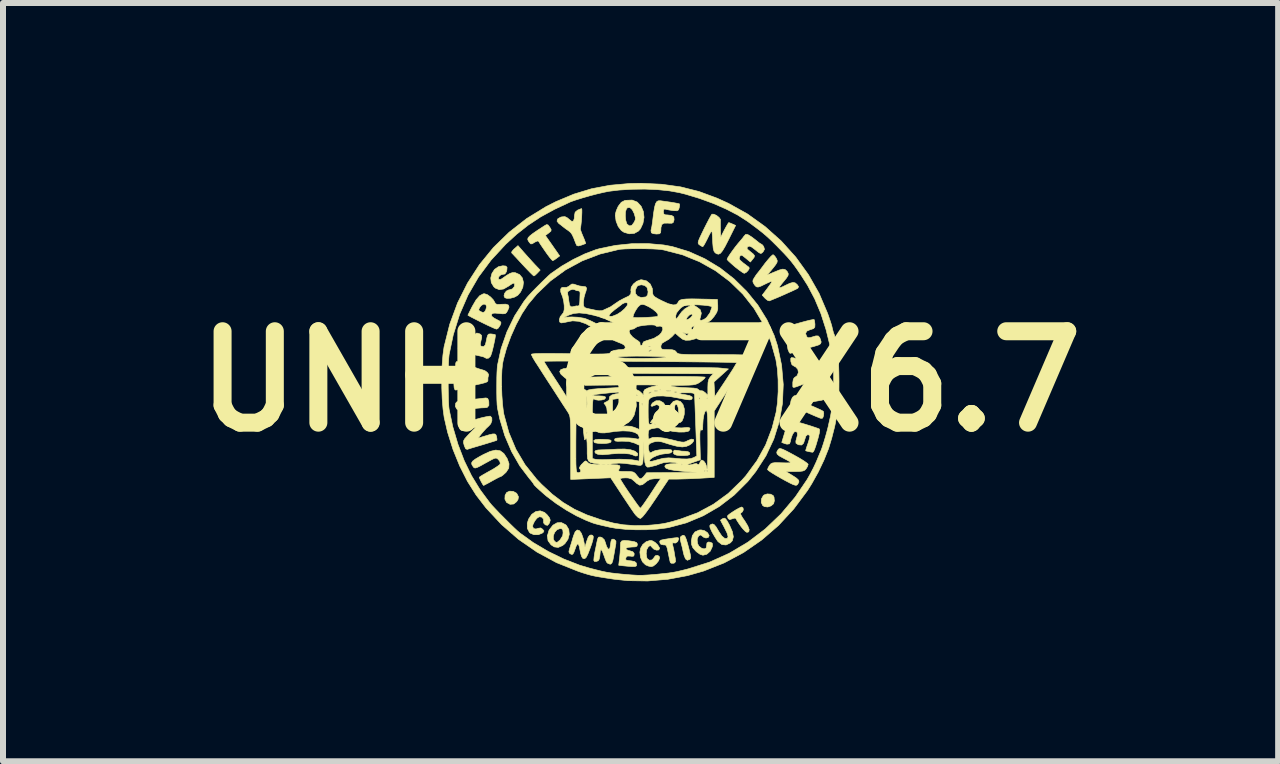
<source format=kicad_pcb>
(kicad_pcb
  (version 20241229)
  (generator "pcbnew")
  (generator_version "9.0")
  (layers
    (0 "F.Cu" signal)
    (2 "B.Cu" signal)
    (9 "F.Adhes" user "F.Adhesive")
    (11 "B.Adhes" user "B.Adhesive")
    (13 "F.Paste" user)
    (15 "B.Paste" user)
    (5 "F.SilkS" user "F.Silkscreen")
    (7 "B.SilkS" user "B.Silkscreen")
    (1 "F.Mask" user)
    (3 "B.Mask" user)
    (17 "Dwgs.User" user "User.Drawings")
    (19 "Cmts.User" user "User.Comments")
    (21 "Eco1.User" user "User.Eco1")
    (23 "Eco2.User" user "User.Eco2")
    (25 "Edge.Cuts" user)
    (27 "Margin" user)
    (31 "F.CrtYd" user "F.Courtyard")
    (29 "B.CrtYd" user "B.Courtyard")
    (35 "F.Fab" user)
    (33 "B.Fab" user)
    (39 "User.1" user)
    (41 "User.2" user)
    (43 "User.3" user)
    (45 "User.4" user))
  (footprint "UNH 6.7X6.7"
    (layer "F.Cu")
    (at 7.627 3.306)
    (property "Reference" "UNH 6.7X6.7" (at 0 0 0) (layer "F.SilkS") (effects (font (size 1.524 1.524) (thickness 0.3))))
    (attr through_hole)
    (fp_poly (pts (xy -2.122 1.835) (xy -2.069 1.864) (xy -2.059 1.877) (xy -2.035 1.924) (xy -2.042 1.969) (xy -2.065 2.006) (xy -2.114 2.045) (xy -2.175 2.05) (xy -2.231 2.02) (xy -2.232 2.02) (xy -2.261 1.964) (xy -2.258 1.9) (xy -2.231 1.853) (xy -2.182 1.831) (xy -2.122 1.835)) (stroke (width 0.01) (type solid)) (fill yes) (layer "F.SilkS"))
    (fp_poly (pts (xy -0.635 0.967) (xy -0.553 0.971) (xy -0.506 0.978) (xy -0.489 0.991) (xy -0.495 1.012) (xy -0.497 1.015) (xy -0.524 1.027) (xy -0.579 1.035) (xy -0.647 1.037) (xy -0.711 1.033) (xy -0.758 1.025) (xy -0.773 1.016) (xy -0.78 0.989) (xy -0.756 0.973) (xy -0.699 0.966) (xy -0.635 0.967)) (stroke (width 0.01) (type solid)) (fill yes) (layer "F.SilkS"))
    (fp_poly (pts (xy 2.167 1.881) (xy 2.21 1.903) (xy 2.225 1.931) (xy 2.229 1.977) (xy 2.231 1.99) (xy 2.218 2.04) (xy 2.176 2.076) (xy 2.121 2.095) (xy 2.066 2.089) (xy 2.036 2.07) (xy 2.012 2.019) (xy 2.016 1.959) (xy 2.046 1.906) (xy 2.061 1.894) (xy 2.112 1.877) (xy 2.167 1.881)) (stroke (width 0.01) (type solid)) (fill yes) (layer "F.SilkS"))
    (fp_poly (pts (xy 0.619 1.153) (xy 0.687 1.164) (xy 0.745 1.166) (xy 0.793 1.173) (xy 0.821 1.194) (xy 0.819 1.22) (xy 0.816 1.223) (xy 0.785 1.233) (xy 0.729 1.238) (xy 0.663 1.238) (xy 0.606 1.232) (xy 0.597 1.23) (xy 0.56 1.214) (xy 0.549 1.201) (xy 0.55 1.166) (xy 0.55 1.162) (xy 0.568 1.147) (xy 0.619 1.153)) (stroke (width 0.01) (type solid)) (fill yes) (layer "F.SilkS"))
    (fp_poly (pts (xy -1.947 -2.152) (xy -1.88 -2.077) (xy -1.808 -1.997) (xy -1.763 -1.948) (xy -1.673 -1.854) (xy -1.719 -1.805) (xy -1.754 -1.771) (xy -1.777 -1.757) (xy -1.778 -1.757) (xy -1.797 -1.771) (xy -1.838 -1.811) (xy -1.895 -1.87) (xy -1.963 -1.942) (xy -2.031 -2.016) (xy -2.089 -2.078) (xy -2.13 -2.122) (xy -2.149 -2.142) (xy -2.144 -2.164) (xy -2.115 -2.199) (xy -2.103 -2.209) (xy -2.043 -2.262) (xy -1.947 -2.152)) (stroke (width 0.01) (type solid)) (fill yes) (layer "F.SilkS"))
    (fp_poly (pts (xy 0.725 2.568) (xy 0.743 2.589) (xy 0.762 2.634) (xy 0.785 2.709) (xy 0.814 2.82) (xy 0.815 2.824) (xy 0.832 2.897) (xy 0.836 2.94) (xy 0.827 2.962) (xy 0.821 2.967) (xy 0.781 2.983) (xy 0.753 2.963) (xy 0.744 2.947) (xy 0.725 2.899) (xy 0.712 2.847) (xy 0.699 2.785) (xy 0.68 2.71) (xy 0.675 2.691) (xy 0.661 2.631) (xy 0.663 2.598) (xy 0.68 2.581) (xy 0.705 2.567) (xy 0.725 2.568)) (stroke (width 0.01) (type solid)) (fill yes) (layer "F.SilkS"))
    (fp_poly (pts (xy -0.165 1.141) (xy -0.092 1.165) (xy -0.052 1.198) (xy -0.046 1.212) (xy -0.054 1.242) (xy -0.088 1.245) (xy -0.131 1.226) (xy -0.183 1.211) (xy -0.266 1.203) (xy -0.369 1.202) (xy -0.482 1.21) (xy -0.524 1.215) (xy -0.634 1.224) (xy -0.711 1.217) (xy -0.754 1.195) (xy -0.762 1.174) (xy -0.75 1.155) (xy -0.71 1.145) (xy -0.651 1.142) (xy -0.571 1.14) (xy -0.471 1.135) (xy -0.381 1.13) (xy -0.263 1.129) (xy -0.165 1.141)) (stroke (width 0.01) (type solid)) (fill yes) (layer "F.SilkS"))
    (fp_poly (pts (xy -2.548 0.286) (xy -2.534 0.317) (xy -2.529 0.339) (xy -2.528 0.402) (xy -2.557 0.436) (xy -2.603 0.441) (xy -2.644 0.442) (xy -2.716 0.448) (xy -2.813 0.459) (xy -2.925 0.473) (xy -2.963 0.478) (xy -3.026 0.478) (xy -3.064 0.462) (xy -3.088 0.415) (xy -3.081 0.365) (xy -3.064 0.344) (xy -3.031 0.332) (xy -2.968 0.32) (xy -2.889 0.31) (xy -2.879 0.309) (xy -2.786 0.3) (xy -2.697 0.291) (xy -2.632 0.283) (xy -2.576 0.277) (xy -2.548 0.286)) (stroke (width 0.01) (type solid)) (fill yes) (layer "F.SilkS"))
    (fp_poly (pts (xy 1.709 2.111) (xy 1.713 2.144) (xy 1.697 2.177) (xy 1.681 2.188) (xy 1.668 2.201) (xy 1.673 2.227) (xy 1.7 2.274) (xy 1.737 2.327) (xy 1.788 2.411) (xy 1.811 2.472) (xy 1.804 2.509) (xy 1.773 2.518) (xy 1.747 2.502) (xy 1.707 2.46) (xy 1.677 2.423) (xy 1.636 2.365) (xy 1.605 2.317) (xy 1.596 2.298) (xy 1.579 2.279) (xy 1.545 2.286) (xy 1.531 2.291) (xy 1.488 2.305) (xy 1.464 2.291) (xy 1.46 2.286) (xy 1.449 2.252) (xy 1.451 2.241) (xy 1.477 2.217) (xy 1.526 2.183) (xy 1.585 2.145) (xy 1.641 2.114) (xy 1.68 2.097) (xy 1.686 2.095) (xy 1.709 2.111)) (stroke (width 0.01) (type solid)) (fill yes) (layer "F.SilkS"))
    (fp_poly (pts (xy -1.25 2.39) (xy -1.237 2.401) (xy -1.196 2.47) (xy -1.188 2.551) (xy -1.21 2.633) (xy -1.261 2.706) (xy -1.3 2.738) (xy -1.373 2.769) (xy -1.439 2.76) (xy -1.492 2.725) (xy -1.542 2.657) (xy -1.553 2.576) (xy -1.454 2.576) (xy -1.453 2.633) (xy -1.435 2.663) (xy -1.41 2.684) (xy -1.387 2.682) (xy -1.352 2.653) (xy -1.34 2.642) (xy -1.298 2.575) (xy -1.291 2.526) (xy -1.296 2.477) (xy -1.315 2.458) (xy -1.344 2.455) (xy -1.393 2.474) (xy -1.432 2.519) (xy -1.454 2.576) (xy -1.553 2.576) (xy -1.553 2.576) (xy -1.526 2.485) (xy -1.519 2.473) (xy -1.46 2.398) (xy -1.391 2.358) (xy -1.319 2.355) (xy -1.25 2.39)) (stroke (width 0.01) (type solid)) (fill yes) (layer "F.SilkS"))
    (fp_poly (pts (xy 0.665 0.336) (xy 0.707 0.386) (xy 0.73 0.46) (xy 0.729 0.548) (xy 0.715 0.606) (xy 0.692 0.661) (xy 0.662 0.686) (xy 0.622 0.694) (xy 0.556 0.687) (xy 0.521 0.666) (xy 0.482 0.605) (xy 0.468 0.53) (xy 0.474 0.472) (xy 0.566 0.472) (xy 0.566 0.537) (xy 0.571 0.595) (xy 0.579 0.63) (xy 0.58 0.631) (xy 0.603 0.65) (xy 0.621 0.632) (xy 0.632 0.579) (xy 0.635 0.519) (xy 0.629 0.444) (xy 0.614 0.396) (xy 0.593 0.38) (xy 0.578 0.388) (xy 0.57 0.417) (xy 0.566 0.472) (xy 0.474 0.472) (xy 0.476 0.453) (xy 0.503 0.385) (xy 0.546 0.336) (xy 0.604 0.318) (xy 0.605 0.318) (xy 0.665 0.336)) (stroke (width 0.01) (type solid)) (fill yes) (layer "F.SilkS"))
    (fp_poly (pts (xy 0.627 2.608) (xy 0.634 2.616) (xy 0.635 2.628) (xy 0.619 2.672) (xy 0.583 2.696) (xy 0.555 2.694) (xy 0.534 2.692) (xy 0.533 2.717) (xy 0.539 2.743) (xy 0.553 2.803) (xy 0.561 2.847) (xy 0.569 2.899) (xy 0.58 2.956) (xy 0.584 3.004) (xy 0.567 3.027) (xy 0.549 3.033) (xy 0.511 3.032) (xy 0.496 3.02) (xy 0.488 2.987) (xy 0.475 2.927) (xy 0.461 2.857) (xy 0.445 2.784) (xy 0.431 2.743) (xy 0.413 2.727) (xy 0.386 2.727) (xy 0.386 2.727) (xy 0.341 2.718) (xy 0.325 2.699) (xy 0.319 2.666) (xy 0.338 2.648) (xy 0.391 2.636) (xy 0.394 2.635) (xy 0.497 2.619) (xy 0.566 2.61) (xy 0.607 2.606) (xy 0.627 2.608)) (stroke (width 0.01) (type solid)) (fill yes) (layer "F.SilkS"))
    (fp_poly (pts (xy -1.601 2.185) (xy -1.558 2.224) (xy -1.518 2.276) (xy -1.505 2.314) (xy -1.516 2.354) (xy -1.525 2.372) (xy -1.55 2.401) (xy -1.586 2.393) (xy -1.588 2.392) (xy -1.616 2.361) (xy -1.616 2.338) (xy -1.618 2.295) (xy -1.648 2.263) (xy -1.69 2.258) (xy -1.729 2.284) (xy -1.767 2.334) (xy -1.794 2.39) (xy -1.799 2.42) (xy -1.783 2.454) (xy -1.743 2.462) (xy -1.707 2.45) (xy -1.664 2.444) (xy -1.633 2.465) (xy -1.61 2.494) (xy -1.621 2.516) (xy -1.639 2.531) (xy -1.704 2.557) (xy -1.776 2.557) (xy -1.838 2.531) (xy -1.852 2.519) (xy -1.887 2.451) (xy -1.888 2.366) (xy -1.866 2.297) (xy -1.813 2.217) (xy -1.746 2.171) (xy -1.673 2.159) (xy -1.601 2.185)) (stroke (width 0.01) (type solid)) (fill yes) (layer "F.SilkS"))
    (fp_poly (pts (xy -1.542 -2.607) (xy -1.515 -2.571) (xy -1.513 -2.569) (xy -1.49 -2.528) (xy -1.494 -2.503) (xy -1.528 -2.474) (xy -1.531 -2.472) (xy -1.586 -2.431) (xy -1.467 -2.261) (xy -1.348 -2.09) (xy -1.399 -2.051) (xy -1.439 -2.023) (xy -1.464 -2.011) (xy -1.482 -2.027) (xy -1.518 -2.07) (xy -1.564 -2.132) (xy -1.585 -2.162) (xy -1.634 -2.233) (xy -1.673 -2.291) (xy -1.696 -2.328) (xy -1.699 -2.335) (xy -1.719 -2.339) (xy -1.76 -2.321) (xy -1.766 -2.317) (xy -1.807 -2.292) (xy -1.831 -2.291) (xy -1.852 -2.314) (xy -1.855 -2.318) (xy -1.873 -2.345) (xy -1.881 -2.369) (xy -1.873 -2.394) (xy -1.846 -2.423) (xy -1.796 -2.463) (xy -1.719 -2.516) (xy -1.61 -2.587) (xy -1.606 -2.59) (xy -1.567 -2.612) (xy -1.542 -2.607)) (stroke (width 0.01) (type solid)) (fill yes) (layer "F.SilkS"))
    (fp_poly (pts (xy -0.168 0.33) (xy -0.12 0.365) (xy -0.093 0.42) (xy -0.088 0.489) (xy -0.107 0.564) (xy -0.149 0.636) (xy -0.203 0.688) (xy -0.246 0.709) (xy -0.293 0.719) (xy -0.329 0.715) (xy -0.339 0.702) (xy -0.322 0.681) (xy -0.287 0.661) (xy -0.239 0.627) (xy -0.214 0.596) (xy -0.203 0.567) (xy -0.224 0.556) (xy -0.246 0.556) (xy -0.303 0.54) (xy -0.333 0.494) (xy -0.338 0.445) (xy -0.335 0.427) (xy -0.25 0.427) (xy -0.245 0.473) (xy -0.218 0.492) (xy -0.185 0.497) (xy -0.175 0.487) (xy -0.183 0.449) (xy -0.187 0.433) (xy -0.208 0.384) (xy -0.229 0.374) (xy -0.246 0.403) (xy -0.25 0.427) (xy -0.335 0.427) (xy -0.326 0.378) (xy -0.287 0.34) (xy -0.237 0.326) (xy -0.168 0.33)) (stroke (width 0.01) (type solid)) (fill yes) (layer "F.SilkS"))
    (fp_poly (pts (xy 0.192 2.657) (xy 0.241 2.684) (xy 0.286 2.727) (xy 0.314 2.772) (xy 0.318 2.787) (xy 0.302 2.811) (xy 0.266 2.814) (xy 0.224 2.799) (xy 0.194 2.771) (xy 0.17 2.741) (xy 0.147 2.745) (xy 0.128 2.761) (xy 0.102 2.808) (xy 0.094 2.874) (xy 0.104 2.938) (xy 0.114 2.96) (xy 0.149 2.983) (xy 0.191 2.977) (xy 0.221 2.946) (xy 0.222 2.942) (xy 0.247 2.908) (xy 0.282 2.9) (xy 0.31 2.917) (xy 0.318 2.943) (xy 0.301 2.991) (xy 0.261 3.041) (xy 0.213 3.079) (xy 0.176 3.089) (xy 0.129 3.079) (xy 0.083 3.059) (xy 0.032 3.009) (xy -0.001 2.934) (xy -0.011 2.848) (xy 0.001 2.782) (xy 0.038 2.719) (xy 0.095 2.673) (xy 0.158 2.653) (xy 0.192 2.657)) (stroke (width 0.01) (type solid)) (fill yes) (layer "F.SilkS"))
    (fp_poly (pts (xy 1.419 2.293) (xy 1.446 2.331) (xy 1.483 2.398) (xy 1.531 2.507) (xy 1.547 2.592) (xy 1.53 2.657) (xy 1.497 2.693) (xy 1.425 2.728) (xy 1.356 2.721) (xy 1.293 2.673) (xy 1.284 2.662) (xy 1.242 2.598) (xy 1.198 2.523) (xy 1.186 2.5) (xy 1.159 2.441) (xy 1.154 2.408) (xy 1.167 2.389) (xy 1.168 2.389) (xy 1.198 2.377) (xy 1.226 2.388) (xy 1.259 2.426) (xy 1.301 2.497) (xy 1.302 2.499) (xy 1.355 2.579) (xy 1.401 2.617) (xy 1.414 2.621) (xy 1.449 2.616) (xy 1.459 2.585) (xy 1.441 2.526) (xy 1.397 2.437) (xy 1.397 2.436) (xy 1.364 2.375) (xy 1.341 2.331) (xy 1.333 2.315) (xy 1.35 2.301) (xy 1.373 2.287) (xy 1.397 2.281) (xy 1.419 2.293)) (stroke (width 0.01) (type solid)) (fill yes) (layer "F.SilkS"))
    (fp_poly (pts (xy 1.067 2.49) (xy 1.117 2.524) (xy 1.142 2.567) (xy 1.143 2.576) (xy 1.127 2.604) (xy 1.09 2.612) (xy 1.05 2.598) (xy 1.045 2.593) (xy 1.012 2.567) (xy 0.996 2.561) (xy 0.967 2.579) (xy 0.947 2.619) (xy 0.944 2.646) (xy 0.949 2.692) (xy 0.95 2.703) (xy 0.972 2.746) (xy 1.016 2.781) (xy 1.06 2.794) (xy 1.093 2.78) (xy 1.101 2.745) (xy 1.107 2.694) (xy 1.133 2.678) (xy 1.166 2.683) (xy 1.195 2.698) (xy 1.2 2.731) (xy 1.195 2.76) (xy 1.162 2.831) (xy 1.105 2.882) (xy 1.04 2.899) (xy 0.993 2.884) (xy 0.936 2.844) (xy 0.919 2.828) (xy 0.872 2.774) (xy 0.851 2.722) (xy 0.847 2.662) (xy 0.863 2.573) (xy 0.907 2.511) (xy 0.977 2.479) (xy 1.009 2.477) (xy 1.067 2.49)) (stroke (width 0.01) (type solid)) (fill yes) (layer "F.SilkS"))
    (fp_poly (pts (xy -1.019 2.488) (xy -0.985 2.535) (xy -0.956 2.618) (xy -0.951 2.642) (xy -0.926 2.762) (xy -0.896 2.662) (xy -0.872 2.597) (xy -0.847 2.567) (xy -0.825 2.561) (xy -0.798 2.567) (xy -0.787 2.589) (xy -0.792 2.633) (xy -0.812 2.705) (xy -0.844 2.793) (xy -0.878 2.88) (xy -0.905 2.933) (xy -0.929 2.955) (xy -0.953 2.954) (xy -0.966 2.947) (xy -0.983 2.918) (xy -1 2.864) (xy -1.005 2.836) (xy -1.021 2.754) (xy -1.037 2.714) (xy -1.054 2.713) (xy -1.075 2.752) (xy -1.089 2.791) (xy -1.112 2.853) (xy -1.13 2.882) (xy -1.151 2.885) (xy -1.165 2.878) (xy -1.187 2.863) (xy -1.194 2.84) (xy -1.185 2.799) (xy -1.172 2.757) (xy -1.147 2.677) (xy -1.124 2.598) (xy -1.117 2.575) (xy -1.089 2.507) (xy -1.055 2.478) (xy -1.019 2.488)) (stroke (width 0.01) (type solid)) (fill yes) (layer "F.SilkS"))
    (fp_poly (pts (xy -0.054 -2.987) (xy 0.01 -2.917) (xy 0.047 -2.83) (xy 0.058 -2.733) (xy 0.04 -2.632) (xy -0.001 -2.543) (xy -0.034 -2.505) (xy -0.104 -2.466) (xy -0.189 -2.459) (xy -0.274 -2.483) (xy -0.32 -2.513) (xy -0.372 -2.58) (xy -0.408 -2.671) (xy -0.419 -2.756) (xy -0.254 -2.756) (xy -0.247 -2.685) (xy -0.23 -2.629) (xy -0.22 -2.615) (xy -0.179 -2.589) (xy -0.142 -2.603) (xy -0.106 -2.652) (xy -0.088 -2.692) (xy -0.087 -2.732) (xy -0.103 -2.789) (xy -0.106 -2.798) (xy -0.138 -2.861) (xy -0.176 -2.896) (xy -0.214 -2.896) (xy -0.235 -2.875) (xy -0.251 -2.826) (xy -0.254 -2.756) (xy -0.419 -2.756) (xy -0.42 -2.765) (xy -0.419 -2.79) (xy -0.404 -2.845) (xy -0.375 -2.911) (xy -0.366 -2.925) (xy -0.321 -2.984) (xy -0.265 -3.013) (xy -0.245 -3.017) (xy -0.139 -3.021) (xy -0.054 -2.987)) (stroke (width 0.01) (type solid)) (fill yes) (layer "F.SilkS"))
    (fp_poly (pts (xy -0.978 -2.86) (xy -0.978 -2.811) (xy -0.981 -2.744) (xy -0.986 -2.672) (xy -0.993 -2.607) (xy -0.999 -2.56) (xy -1.004 -2.545) (xy -1 -2.523) (xy -0.983 -2.474) (xy -0.96 -2.419) (xy -0.934 -2.357) (xy -0.918 -2.312) (xy -0.915 -2.297) (xy -0.937 -2.288) (xy -0.983 -2.271) (xy -0.99 -2.269) (xy -1.038 -2.256) (xy -1.063 -2.264) (xy -1.08 -2.301) (xy -1.081 -2.303) (xy -1.114 -2.389) (xy -1.14 -2.445) (xy -1.166 -2.481) (xy -1.196 -2.506) (xy -1.199 -2.509) (xy -1.251 -2.545) (xy -1.287 -2.573) (xy -1.335 -2.611) (xy -1.363 -2.632) (xy -1.392 -2.669) (xy -1.382 -2.706) (xy -1.337 -2.734) (xy -1.313 -2.741) (xy -1.26 -2.745) (xy -1.217 -2.723) (xy -1.191 -2.7) (xy -1.147 -2.666) (xy -1.119 -2.671) (xy -1.104 -2.715) (xy -1.101 -2.764) (xy -1.09 -2.819) (xy -1.051 -2.852) (xy -1.047 -2.854) (xy -1.004 -2.872) (xy -0.982 -2.879) (xy -0.978 -2.86)) (stroke (width 0.01) (type solid)) (fill yes) (layer "F.SilkS"))
    (fp_poly (pts (xy -0.197 2.658) (xy -0.169 2.662) (xy -0.101 2.674) (xy -0.065 2.689) (xy -0.053 2.712) (xy -0.053 2.72) (xy -0.059 2.747) (xy -0.086 2.759) (xy -0.144 2.762) (xy -0.146 2.762) (xy -0.211 2.768) (xy -0.243 2.783) (xy -0.24 2.802) (xy -0.2 2.82) (xy -0.181 2.824) (xy -0.128 2.841) (xy -0.107 2.868) (xy -0.106 2.882) (xy -0.112 2.912) (xy -0.14 2.918) (xy -0.167 2.914) (xy -0.218 2.912) (xy -0.242 2.935) (xy -0.242 2.936) (xy -0.249 2.965) (xy -0.237 2.981) (xy -0.196 2.989) (xy -0.156 2.993) (xy -0.099 3.004) (xy -0.073 3.026) (xy -0.067 3.045) (xy -0.068 3.075) (xy -0.09 3.086) (xy -0.141 3.087) (xy -0.218 3.082) (xy -0.291 3.075) (xy -0.293 3.075) (xy -0.364 3.066) (xy -0.348 2.935) (xy -0.34 2.852) (xy -0.336 2.775) (xy -0.335 2.735) (xy -0.332 2.687) (xy -0.313 2.661) (xy -0.271 2.652) (xy -0.197 2.658)) (stroke (width 0.01) (type solid)) (fill yes) (layer "F.SilkS"))
    (fp_poly (pts (xy 2.545 -0.392) (xy 2.585 -0.383) (xy 2.655 -0.367) (xy 2.745 -0.347) (xy 2.822 -0.33) (xy 2.915 -0.308) (xy 2.991 -0.29) (xy 3.042 -0.277) (xy 3.059 -0.271) (xy 3.065 -0.248) (xy 3.072 -0.198) (xy 3.073 -0.183) (xy 3.08 -0.102) (xy 2.847 -0.007) (xy 2.731 0.039) (xy 2.649 0.072) (xy 2.595 0.092) (xy 2.562 0.101) (xy 2.545 0.1) (xy 2.539 0.092) (xy 2.538 0.082) (xy 2.538 0.018) (xy 2.547 -0.035) (xy 2.563 -0.06) (xy 2.564 -0.06) (xy 2.611 -0.095) (xy 2.631 -0.147) (xy 2.626 -0.177) (xy 2.752 -0.177) (xy 2.758 -0.154) (xy 2.784 -0.153) (xy 2.825 -0.167) (xy 2.85 -0.18) (xy 2.839 -0.188) (xy 2.809 -0.195) (xy 2.764 -0.196) (xy 2.752 -0.177) (xy 2.626 -0.177) (xy 2.622 -0.2) (xy 2.585 -0.24) (xy 2.566 -0.249) (xy 2.524 -0.276) (xy 2.506 -0.329) (xy 2.505 -0.335) (xy 2.504 -0.381) (xy 2.517 -0.396) (xy 2.545 -0.392)) (stroke (width 0.01) (type solid)) (fill yes) (layer "F.SilkS"))
    (fp_poly (pts (xy 3.078 0.162) (xy 3.085 0.194) (xy 3.084 0.227) (xy 3.079 0.276) (xy 3.062 0.301) (xy 3.021 0.315) (xy 2.985 0.321) (xy 2.906 0.335) (xy 2.831 0.348) (xy 2.816 0.35) (xy 2.743 0.363) (xy 2.889 0.425) (xy 2.961 0.457) (xy 3.018 0.484) (xy 3.047 0.501) (xy 3.048 0.502) (xy 3.054 0.533) (xy 3.05 0.574) (xy 3.036 0.613) (xy 3.009 0.618) (xy 2.987 0.611) (xy 2.931 0.588) (xy 2.87 0.562) (xy 2.813 0.537) (xy 2.738 0.504) (xy 2.688 0.483) (xy 2.598 0.444) (xy 2.541 0.415) (xy 2.511 0.391) (xy 2.501 0.366) (xy 2.506 0.333) (xy 2.51 0.317) (xy 2.532 0.268) (xy 2.559 0.243) (xy 2.561 0.242) (xy 2.603 0.234) (xy 2.662 0.223) (xy 2.667 0.222) (xy 2.73 0.21) (xy 2.782 0.201) (xy 2.783 0.201) (xy 2.83 0.192) (xy 2.896 0.178) (xy 2.921 0.172) (xy 3.004 0.154) (xy 3.053 0.15) (xy 3.078 0.162)) (stroke (width 0.01) (type solid)) (fill yes) (layer "F.SilkS"))
    (fp_poly (pts (xy -2.479 0.609) (xy -2.478 0.657) (xy -2.497 0.708) (xy -2.528 0.743) (xy -2.573 0.785) (xy -2.625 0.843) (xy -2.645 0.866) (xy -2.71 0.948) (xy -2.609 0.917) (xy -2.519 0.89) (xy -2.462 0.877) (xy -2.428 0.878) (xy -2.41 0.893) (xy -2.4 0.921) (xy -2.393 0.964) (xy -2.395 0.982) (xy -2.417 0.991) (xy -2.471 1.008) (xy -2.549 1.032) (xy -2.631 1.057) (xy -2.726 1.085) (xy -2.807 1.109) (xy -2.865 1.127) (xy -2.889 1.135) (xy -2.915 1.125) (xy -2.938 1.073) (xy -2.94 1.066) (xy -2.951 1.023) (xy -2.949 0.991) (xy -2.931 0.958) (xy -2.891 0.913) (xy -2.854 0.874) (xy -2.744 0.764) (xy -2.847 0.795) (xy -2.926 0.817) (xy -2.976 0.822) (xy -3.005 0.806) (xy -3.023 0.765) (xy -3.035 0.722) (xy -3.02 0.711) (xy -3.006 0.707) (xy -2.973 0.698) (xy -2.91 0.681) (xy -2.826 0.657) (xy -2.752 0.636) (xy -2.659 0.61) (xy -2.58 0.592) (xy -2.524 0.582) (xy -2.503 0.581) (xy -2.479 0.609)) (stroke (width 0.01) (type solid)) (fill yes) (layer "F.SilkS"))
    (fp_poly (pts (xy -2.245 -1.921) (xy -2.225 -1.899) (xy -2.229 -1.852) (xy -2.236 -1.826) (xy -2.261 -1.789) (xy -2.291 -1.784) (xy -2.329 -1.774) (xy -2.36 -1.747) (xy -2.37 -1.715) (xy -2.364 -1.7) (xy -2.336 -1.698) (xy -2.311 -1.71) (xy -2.233 -1.765) (xy -2.177 -1.798) (xy -2.136 -1.812) (xy -2.099 -1.812) (xy -2.088 -1.811) (xy -2.016 -1.779) (xy -1.97 -1.723) (xy -1.952 -1.65) (xy -1.962 -1.568) (xy -2.001 -1.487) (xy -2.048 -1.433) (xy -2.101 -1.403) (xy -2.167 -1.385) (xy -2.229 -1.383) (xy -2.261 -1.393) (xy -2.276 -1.424) (xy -2.266 -1.466) (xy -2.237 -1.504) (xy -2.197 -1.524) (xy -2.19 -1.524) (xy -2.136 -1.54) (xy -2.103 -1.58) (xy -2.099 -1.62) (xy -2.109 -1.636) (xy -2.133 -1.631) (xy -2.179 -1.601) (xy -2.196 -1.589) (xy -2.282 -1.539) (xy -2.355 -1.528) (xy -2.419 -1.553) (xy -2.446 -1.576) (xy -2.488 -1.645) (xy -2.497 -1.722) (xy -2.477 -1.799) (xy -2.433 -1.866) (xy -2.367 -1.911) (xy -2.295 -1.926) (xy -2.245 -1.921)) (stroke (width 0.01) (type solid)) (fill yes) (layer "F.SilkS"))
    (fp_poly (pts (xy -0.643 2.604) (xy -0.603 2.642) (xy -0.584 2.695) (xy -0.567 2.751) (xy -0.544 2.79) (xy -0.542 2.792) (xy -0.523 2.799) (xy -0.51 2.776) (xy -0.502 2.729) (xy -0.492 2.665) (xy -0.479 2.635) (xy -0.458 2.63) (xy -0.436 2.637) (xy -0.41 2.663) (xy -0.411 2.707) (xy -0.42 2.756) (xy -0.433 2.831) (xy -0.446 2.905) (xy -0.461 2.983) (xy -0.476 3.027) (xy -0.495 3.046) (xy -0.509 3.048) (xy -0.551 3.031) (xy -0.568 3.011) (xy -0.587 2.967) (xy -0.609 2.905) (xy -0.613 2.895) (xy -0.636 2.834) (xy -0.656 2.806) (xy -0.668 2.816) (xy -0.671 2.833) (xy -0.679 2.916) (xy -0.69 2.966) (xy -0.706 2.991) (xy -0.733 3.001) (xy -0.737 3.002) (xy -0.768 3.003) (xy -0.779 2.985) (xy -0.775 2.939) (xy -0.774 2.928) (xy -0.765 2.867) (xy -0.756 2.82) (xy -0.755 2.815) (xy -0.746 2.775) (xy -0.734 2.714) (xy -0.73 2.693) (xy -0.716 2.629) (xy -0.7 2.598) (xy -0.673 2.595) (xy -0.643 2.604)) (stroke (width 0.01) (type solid)) (fill yes) (layer "F.SilkS"))
    (fp_poly (pts (xy 0.344 -3.008) (xy 0.372 -3.004) (xy 0.43 -2.996) (xy 0.5 -2.986) (xy 0.572 -2.974) (xy 0.626 -2.964) (xy 0.649 -2.957) (xy 0.651 -2.931) (xy 0.644 -2.891) (xy 0.632 -2.857) (xy 0.609 -2.843) (xy 0.562 -2.844) (xy 0.54 -2.846) (xy 0.475 -2.856) (xy 0.424 -2.867) (xy 0.415 -2.87) (xy 0.39 -2.87) (xy 0.381 -2.837) (xy 0.381 -2.828) (xy 0.387 -2.79) (xy 0.413 -2.775) (xy 0.45 -2.773) (xy 0.519 -2.765) (xy 0.554 -2.741) (xy 0.559 -2.696) (xy 0.557 -2.684) (xy 0.546 -2.649) (xy 0.523 -2.635) (xy 0.475 -2.635) (xy 0.459 -2.637) (xy 0.392 -2.636) (xy 0.355 -2.614) (xy 0.34 -2.562) (xy 0.339 -2.524) (xy 0.335 -2.478) (xy 0.315 -2.459) (xy 0.266 -2.455) (xy 0.213 -2.461) (xy 0.181 -2.475) (xy 0.18 -2.477) (xy 0.174 -2.513) (xy 0.178 -2.535) (xy 0.188 -2.578) (xy 0.198 -2.643) (xy 0.201 -2.667) (xy 0.217 -2.798) (xy 0.232 -2.892) (xy 0.248 -2.955) (xy 0.268 -2.992) (xy 0.293 -3.008) (xy 0.327 -3.01) (xy 0.344 -3.008)) (stroke (width 0.01) (type solid)) (fill yes) (layer "F.SilkS"))
    (fp_poly (pts (xy 1.223 -2.785) (xy 1.268 -2.764) (xy 1.309 -2.731) (xy 1.332 -2.699) (xy 1.332 -2.692) (xy 1.331 -2.652) (xy 1.331 -2.587) (xy 1.332 -2.529) (xy 1.336 -2.402) (xy 1.398 -2.524) (xy 1.432 -2.586) (xy 1.458 -2.63) (xy 1.47 -2.646) (xy 1.494 -2.638) (xy 1.532 -2.622) (xy 1.585 -2.598) (xy 1.465 -2.357) (xy 1.41 -2.25) (xy 1.367 -2.177) (xy 1.333 -2.135) (xy 1.302 -2.119) (xy 1.271 -2.125) (xy 1.243 -2.143) (xy 1.224 -2.17) (xy 1.211 -2.219) (xy 1.204 -2.299) (xy 1.202 -2.342) (xy 1.198 -2.42) (xy 1.193 -2.478) (xy 1.187 -2.506) (xy 1.185 -2.508) (xy 1.171 -2.487) (xy 1.144 -2.438) (xy 1.112 -2.372) (xy 1.079 -2.308) (xy 1.052 -2.261) (xy 1.037 -2.244) (xy 1.037 -2.244) (xy 1.012 -2.255) (xy 0.983 -2.274) (xy 0.967 -2.288) (xy 0.96 -2.306) (xy 0.964 -2.334) (xy 0.981 -2.379) (xy 1.014 -2.449) (xy 1.058 -2.54) (xy 1.104 -2.631) (xy 1.144 -2.708) (xy 1.174 -2.762) (xy 1.19 -2.786) (xy 1.19 -2.786) (xy 1.223 -2.785)) (stroke (width 0.01) (type solid)) (fill yes) (layer "F.SilkS"))
    (fp_poly (pts (xy -3.043 -0.326) (xy -2.986 -0.311) (xy -2.909 -0.285) (xy -2.854 -0.265) (xy -2.768 -0.234) (xy -2.696 -0.209) (xy -2.648 -0.194) (xy -2.635 -0.191) (xy -2.596 -0.178) (xy -2.557 -0.15) (xy -2.534 -0.118) (xy -2.534 -0.099) (xy -2.544 -0.059) (xy -2.544 -0.03) (xy -2.545 -0.006) (xy -2.562 0.011) (xy -2.603 0.026) (xy -2.674 0.044) (xy -2.703 0.05) (xy -2.785 0.068) (xy -2.853 0.083) (xy -2.896 0.093) (xy -2.9 0.094) (xy -2.941 0.106) (xy -2.999 0.124) (xy -3.006 0.126) (xy -3.056 0.141) (xy -3.079 0.146) (xy -3.089 0.143) (xy -3.097 0.134) (xy -3.107 0.105) (xy -3.111 0.054) (xy -3.111 0.053) (xy -3.109 0.015) (xy -3.095 -0.009) (xy -3.059 -0.025) (xy -2.991 -0.042) (xy -2.99 -0.043) (xy -2.916 -0.059) (xy -2.854 -0.073) (xy -2.827 -0.078) (xy -2.793 -0.087) (xy -2.786 -0.097) (xy -2.809 -0.111) (xy -2.868 -0.134) (xy -2.925 -0.153) (xy -3.004 -0.181) (xy -3.051 -0.203) (xy -3.074 -0.225) (xy -3.083 -0.254) (xy -3.083 -0.261) (xy -3.08 -0.306) (xy -3.069 -0.328) (xy -3.043 -0.326)) (stroke (width 0.01) (type solid)) (fill yes) (layer "F.SilkS"))
    (fp_poly (pts (xy -2.339 1.158) (xy -2.278 1.204) (xy -2.225 1.285) (xy -2.223 1.288) (xy -2.192 1.375) (xy -2.197 1.447) (xy -2.24 1.514) (xy -2.249 1.523) (xy -2.292 1.562) (xy -2.324 1.585) (xy -2.33 1.587) (xy -2.355 1.597) (xy -2.406 1.623) (xy -2.472 1.659) (xy -2.477 1.662) (xy -2.542 1.698) (xy -2.592 1.724) (xy -2.615 1.736) (xy -2.616 1.736) (xy -2.63 1.719) (xy -2.653 1.678) (xy -2.656 1.673) (xy -2.678 1.628) (xy -2.688 1.601) (xy -2.688 1.6) (xy -2.671 1.586) (xy -2.624 1.557) (xy -2.557 1.519) (xy -2.519 1.498) (xy -2.443 1.455) (xy -2.382 1.415) (xy -2.345 1.386) (xy -2.339 1.377) (xy -2.343 1.341) (xy -2.368 1.305) (xy -2.389 1.287) (xy -2.409 1.279) (xy -2.438 1.285) (xy -2.484 1.307) (xy -2.556 1.347) (xy -2.586 1.363) (xy -2.668 1.409) (xy -2.721 1.435) (xy -2.754 1.445) (xy -2.774 1.441) (xy -2.788 1.426) (xy -2.811 1.39) (xy -2.816 1.36) (xy -2.799 1.331) (xy -2.756 1.298) (xy -2.682 1.254) (xy -2.619 1.22) (xy -2.504 1.167) (xy -2.413 1.146) (xy -2.339 1.158)) (stroke (width 0.01) (type solid)) (fill yes) (layer "F.SilkS"))
    (fp_poly (pts (xy 2.36 1.129) (xy 2.411 1.152) (xy 2.488 1.192) (xy 2.558 1.23) (xy 2.647 1.28) (xy 2.721 1.325) (xy 2.772 1.361) (xy 2.794 1.382) (xy 2.794 1.383) (xy 2.783 1.419) (xy 2.761 1.456) (xy 2.738 1.481) (xy 2.706 1.495) (xy 2.654 1.502) (xy 2.576 1.504) (xy 2.424 1.504) (xy 2.535 1.572) (xy 2.602 1.616) (xy 2.635 1.649) (xy 2.64 1.678) (xy 2.621 1.713) (xy 2.618 1.718) (xy 2.603 1.731) (xy 2.583 1.733) (xy 2.548 1.723) (xy 2.494 1.698) (xy 2.414 1.656) (xy 2.354 1.623) (xy 2.265 1.572) (xy 2.191 1.527) (xy 2.139 1.492) (xy 2.117 1.472) (xy 2.117 1.471) (xy 2.128 1.438) (xy 2.151 1.4) (xy 2.171 1.376) (xy 2.198 1.362) (xy 2.241 1.356) (xy 2.311 1.357) (xy 2.35 1.358) (xy 2.426 1.36) (xy 2.482 1.359) (xy 2.507 1.355) (xy 2.508 1.353) (xy 2.486 1.338) (xy 2.438 1.311) (xy 2.383 1.282) (xy 2.311 1.243) (xy 2.276 1.211) (xy 2.27 1.18) (xy 2.292 1.141) (xy 2.294 1.138) (xy 2.308 1.124) (xy 2.328 1.12) (xy 2.36 1.129)) (stroke (width 0.01) (type solid)) (fill yes) (layer "F.SilkS"))
    (fp_poly (pts (xy 2.499 0.651) (xy 2.554 0.663) (xy 2.633 0.683) (xy 2.726 0.71) (xy 2.824 0.74) (xy 2.92 0.772) (xy 2.977 0.792) (xy 2.986 0.812) (xy 2.98 0.863) (xy 2.959 0.948) (xy 2.952 0.972) (xy 2.923 1.07) (xy 2.901 1.133) (xy 2.885 1.168) (xy 2.871 1.182) (xy 2.862 1.182) (xy 2.831 1.177) (xy 2.799 1.17) (xy 2.762 1.161) (xy 2.752 1.155) (xy 2.758 1.134) (xy 2.774 1.084) (xy 2.792 1.032) (xy 2.812 0.967) (xy 2.822 0.919) (xy 2.82 0.901) (xy 2.787 0.888) (xy 2.757 0.912) (xy 2.74 0.962) (xy 2.718 1.031) (xy 2.685 1.062) (xy 2.635 1.058) (xy 2.628 1.056) (xy 2.591 1.032) (xy 2.589 0.994) (xy 2.591 0.989) (xy 2.607 0.929) (xy 2.616 0.897) (xy 2.613 0.854) (xy 2.593 0.839) (xy 2.564 0.842) (xy 2.537 0.879) (xy 2.528 0.899) (xy 2.508 0.956) (xy 2.498 0.999) (xy 2.498 1.003) (xy 2.483 1.042) (xy 2.441 1.048) (xy 2.406 1.039) (xy 2.354 1.019) (xy 2.407 0.843) (xy 2.432 0.761) (xy 2.455 0.696) (xy 2.471 0.656) (xy 2.475 0.65) (xy 2.499 0.651)) (stroke (width 0.01) (type solid)) (fill yes) (layer "F.SilkS"))
    (fp_poly (pts (xy -2.554 -1.445) (xy -2.499 -1.405) (xy -2.452 -1.355) (xy -2.434 -1.323) (xy -2.417 -1.293) (xy -2.387 -1.281) (xy -2.33 -1.283) (xy -2.324 -1.284) (xy -2.245 -1.286) (xy -2.202 -1.271) (xy -2.192 -1.237) (xy -2.212 -1.186) (xy -2.234 -1.146) (xy -2.258 -1.128) (xy -2.297 -1.125) (xy -2.359 -1.131) (xy -2.427 -1.137) (xy -2.465 -1.133) (xy -2.482 -1.116) (xy -2.484 -1.112) (xy -2.48 -1.084) (xy -2.442 -1.054) (xy -2.405 -1.034) (xy -2.351 -1.006) (xy -2.328 -0.985) (xy -2.329 -0.959) (xy -2.343 -0.929) (xy -2.371 -0.887) (xy -2.398 -0.87) (xy -2.399 -0.87) (xy -2.428 -0.879) (xy -2.484 -0.904) (xy -2.56 -0.939) (xy -2.603 -0.96) (xy -2.688 -1.002) (xy -2.763 -1.04) (xy -2.816 -1.067) (xy -2.831 -1.075) (xy -2.878 -1.102) (xy -2.829 -1.201) (xy -2.697 -1.201) (xy -2.693 -1.18) (xy -2.672 -1.166) (xy -2.628 -1.146) (xy -2.601 -1.157) (xy -2.581 -1.187) (xy -2.566 -1.243) (xy -2.579 -1.278) (xy -2.612 -1.288) (xy -2.653 -1.266) (xy -2.675 -1.239) (xy -2.697 -1.201) (xy -2.829 -1.201) (xy -2.805 -1.248) (xy -2.741 -1.358) (xy -2.681 -1.427) (xy -2.622 -1.458) (xy -2.602 -1.46) (xy -2.554 -1.445)) (stroke (width 0.01) (type solid)) (fill yes) (layer "F.SilkS"))
    (fp_poly (pts (xy -2.88 -0.9) (xy -2.858 -0.889) (xy -2.836 -0.874) (xy -2.829 -0.853) (xy -2.837 -0.813) (xy -2.853 -0.761) (xy -2.872 -0.696) (xy -2.876 -0.66) (xy -2.865 -0.64) (xy -2.858 -0.635) (xy -2.825 -0.624) (xy -2.804 -0.641) (xy -2.788 -0.694) (xy -2.783 -0.72) (xy -2.763 -0.782) (xy -2.729 -0.805) (xy -2.678 -0.79) (xy -2.668 -0.784) (xy -2.649 -0.763) (xy -2.648 -0.726) (xy -2.659 -0.68) (xy -2.671 -0.623) (xy -2.667 -0.594) (xy -2.651 -0.583) (xy -2.613 -0.579) (xy -2.588 -0.607) (xy -2.575 -0.656) (xy -2.56 -0.73) (xy -2.547 -0.77) (xy -2.529 -0.788) (xy -2.501 -0.79) (xy -2.487 -0.789) (xy -2.442 -0.783) (xy -2.42 -0.776) (xy -2.42 -0.752) (xy -2.428 -0.7) (xy -2.443 -0.629) (xy -2.46 -0.554) (xy -2.478 -0.484) (xy -2.495 -0.433) (xy -2.501 -0.418) (xy -2.534 -0.386) (xy -2.572 -0.383) (xy -2.587 -0.392) (xy -2.615 -0.406) (xy -2.638 -0.413) (xy -2.779 -0.445) (xy -2.883 -0.471) (xy -2.957 -0.491) (xy -3.004 -0.509) (xy -3.029 -0.525) (xy -3.039 -0.541) (xy -3.039 -0.557) (xy -3.029 -0.6) (xy -3.013 -0.67) (xy -2.993 -0.751) (xy -2.992 -0.757) (xy -2.968 -0.842) (xy -2.945 -0.891) (xy -2.918 -0.908) (xy -2.88 -0.9)) (stroke (width 0.01) (type solid)) (fill yes) (layer "F.SilkS"))
    (fp_poly (pts (xy 2.901 -1.003) (xy 2.907 -0.953) (xy 2.907 -0.95) (xy 2.905 -0.904) (xy 2.885 -0.879) (xy 2.837 -0.863) (xy 2.831 -0.862) (xy 2.771 -0.836) (xy 2.751 -0.797) (xy 2.77 -0.744) (xy 2.771 -0.743) (xy 2.792 -0.726) (xy 2.831 -0.729) (xy 2.858 -0.738) (xy 2.923 -0.757) (xy 2.962 -0.756) (xy 2.986 -0.73) (xy 2.999 -0.698) (xy 3.011 -0.655) (xy 3.001 -0.626) (xy 2.963 -0.604) (xy 2.891 -0.582) (xy 2.889 -0.581) (xy 2.854 -0.572) (xy 2.827 -0.565) (xy 2.799 -0.556) (xy 2.758 -0.544) (xy 2.692 -0.523) (xy 2.654 -0.512) (xy 2.58 -0.49) (xy 2.523 -0.473) (xy 2.493 -0.466) (xy 2.492 -0.466) (xy 2.478 -0.483) (xy 2.459 -0.527) (xy 2.457 -0.533) (xy 2.447 -0.593) (xy 2.47 -0.626) (xy 2.512 -0.635) (xy 2.55 -0.642) (xy 2.591 -0.655) (xy 2.626 -0.674) (xy 2.633 -0.701) (xy 2.622 -0.739) (xy 2.6 -0.801) (xy 2.515 -0.771) (xy 2.451 -0.75) (xy 2.416 -0.745) (xy 2.396 -0.76) (xy 2.38 -0.797) (xy 2.377 -0.805) (xy 2.364 -0.851) (xy 2.373 -0.877) (xy 2.394 -0.89) (xy 2.434 -0.907) (xy 2.499 -0.929) (xy 2.581 -0.954) (xy 2.669 -0.979) (xy 2.754 -1.002) (xy 2.827 -1.02) (xy 2.876 -1.029) (xy 2.893 -1.03) (xy 2.901 -1.003)) (stroke (width 0.01) (type solid)) (fill yes) (layer "F.SilkS"))
    (fp_poly (pts (xy 1.784 -2.447) (xy 1.806 -2.436) (xy 1.854 -2.405) (xy 1.912 -2.361) (xy 1.928 -2.348) (xy 1.975 -2.31) (xy 2.008 -2.289) (xy 2.015 -2.286) (xy 2.036 -2.27) (xy 2.054 -2.242) (xy 2.066 -2.2) (xy 2.044 -2.161) (xy 2.041 -2.157) (xy 2.019 -2.136) (xy 1.997 -2.132) (xy 1.966 -2.15) (xy 1.914 -2.191) (xy 1.912 -2.193) (xy 1.855 -2.236) (xy 1.819 -2.253) (xy 1.794 -2.247) (xy 1.788 -2.243) (xy 1.773 -2.223) (xy 1.784 -2.2) (xy 1.826 -2.165) (xy 1.83 -2.162) (xy 1.88 -2.121) (xy 1.9 -2.094) (xy 1.893 -2.066) (xy 1.868 -2.034) (xy 1.831 -1.988) (xy 1.753 -2.053) (xy 1.705 -2.091) (xy 1.679 -2.103) (xy 1.662 -2.094) (xy 1.653 -2.077) (xy 1.644 -2.048) (xy 1.66 -2.018) (xy 1.705 -1.979) (xy 1.708 -1.976) (xy 1.76 -1.937) (xy 1.798 -1.908) (xy 1.808 -1.901) (xy 1.811 -1.878) (xy 1.791 -1.845) (xy 1.76 -1.814) (xy 1.729 -1.8) (xy 1.727 -1.8) (xy 1.701 -1.814) (xy 1.652 -1.848) (xy 1.59 -1.896) (xy 1.577 -1.906) (xy 1.516 -1.959) (xy 1.469 -2.002) (xy 1.444 -2.029) (xy 1.443 -2.032) (xy 1.452 -2.056) (xy 1.481 -2.103) (xy 1.524 -2.165) (xy 1.574 -2.233) (xy 1.624 -2.296) (xy 1.666 -2.345) (xy 1.699 -2.384) (xy 1.724 -2.418) (xy 1.753 -2.449) (xy 1.784 -2.447)) (stroke (width 0.01) (type solid)) (fill yes) (layer "F.SilkS"))
    (fp_poly (pts (xy 2.237 -2.088) (xy 2.263 -2.049) (xy 2.278 -2.016) (xy 2.277 -1.987) (xy 2.255 -1.948) (xy 2.221 -1.903) (xy 2.174 -1.846) (xy 2.134 -1.8) (xy 2.117 -1.784) (xy 2.119 -1.779) (xy 2.152 -1.789) (xy 2.21 -1.813) (xy 2.227 -1.82) (xy 2.312 -1.855) (xy 2.37 -1.87) (xy 2.41 -1.863) (xy 2.44 -1.836) (xy 2.451 -1.819) (xy 2.463 -1.791) (xy 2.458 -1.762) (xy 2.432 -1.721) (xy 2.393 -1.673) (xy 2.348 -1.618) (xy 2.317 -1.576) (xy 2.307 -1.558) (xy 2.324 -1.559) (xy 2.368 -1.576) (xy 2.412 -1.598) (xy 2.489 -1.634) (xy 2.54 -1.648) (xy 2.577 -1.641) (xy 2.609 -1.614) (xy 2.611 -1.612) (xy 2.634 -1.578) (xy 2.624 -1.555) (xy 2.62 -1.551) (xy 2.593 -1.536) (xy 2.536 -1.509) (xy 2.458 -1.474) (xy 2.369 -1.434) (xy 2.279 -1.395) (xy 2.196 -1.361) (xy 2.147 -1.341) (xy 2.119 -1.349) (xy 2.08 -1.38) (xy 2.076 -1.384) (xy 2.028 -1.436) (xy 2.113 -1.548) (xy 2.155 -1.606) (xy 2.184 -1.649) (xy 2.192 -1.668) (xy 2.17 -1.663) (xy 2.123 -1.643) (xy 2.077 -1.621) (xy 2.005 -1.586) (xy 1.959 -1.571) (xy 1.929 -1.576) (xy 1.905 -1.601) (xy 1.893 -1.618) (xy 1.873 -1.657) (xy 1.875 -1.689) (xy 1.898 -1.729) (xy 1.927 -1.773) (xy 1.946 -1.798) (xy 1.947 -1.799) (xy 1.964 -1.82) (xy 2 -1.866) (xy 2.048 -1.93) (xy 2.073 -1.964) (xy 2.127 -2.03) (xy 2.172 -2.081) (xy 2.203 -2.108) (xy 2.211 -2.11) (xy 2.237 -2.088)) (stroke (width 0.01) (type solid)) (fill yes) (layer "F.SilkS"))
    (fp_poly (pts (xy 0.384 -2.273) (xy 0.529 -2.246) (xy 0.806 -2.162) (xy 1.073 -2.042) (xy 1.326 -1.889) (xy 1.559 -1.707) (xy 1.77 -1.499) (xy 1.955 -1.271) (xy 2.108 -1.024) (xy 2.227 -0.765) (xy 2.283 -0.593) (xy 2.351 -0.268) (xy 2.379 0.053) (xy 2.366 0.366) (xy 2.313 0.67) (xy 2.221 0.963) (xy 2.09 1.242) (xy 1.92 1.505) (xy 1.787 1.671) (xy 1.562 1.895) (xy 1.315 2.085) (xy 1.048 2.24) (xy 0.764 2.359) (xy 0.468 2.438) (xy 0.426 2.445) (xy 0.277 2.464) (xy 0.105 2.474) (xy -0.076 2.475) (xy -0.252 2.467) (xy -0.411 2.45) (xy -0.508 2.433) (xy -0.614 2.409) (xy -0.69 2.391) (xy -0.745 2.377) (xy -0.791 2.363) (xy -0.838 2.345) (xy -0.896 2.322) (xy -0.911 2.316) (xy -1.067 2.243) (xy -1.237 2.147) (xy -1.407 2.036) (xy -1.561 1.92) (xy -1.606 1.882) (xy -1.676 1.82) (xy -1.733 1.768) (xy -1.769 1.732) (xy -1.778 1.719) (xy -1.792 1.696) (xy -1.825 1.653) (xy -1.854 1.619) (xy -2.012 1.411) (xy -2.149 1.172) (xy -2.262 0.908) (xy -2.347 0.626) (xy -2.385 0.445) (xy -2.391 0.388) (xy -2.395 0.3) (xy -2.397 0.191) (xy -2.397 0.073) (xy -2.396 -0.044) (xy -2.396 -0.059) (xy -2.316 -0.059) (xy -2.316 0.086) (xy -2.311 0.235) (xy -2.301 0.376) (xy -2.287 0.496) (xy -2.278 0.55) (xy -2.195 0.853) (xy -2.078 1.132) (xy -1.925 1.39) (xy -1.734 1.629) (xy -1.652 1.715) (xy -1.473 1.881) (xy -1.293 2.018) (xy -1.103 2.132) (xy -0.894 2.227) (xy -0.658 2.308) (xy -0.455 2.362) (xy -0.291 2.391) (xy -0.104 2.405) (xy 0.09 2.403) (xy 0.222 2.392) (xy 0.309 2.382) (xy 0.374 2.373) (xy 0.43 2.362) (xy 0.49 2.347) (xy 0.566 2.326) (xy 0.662 2.298) (xy 0.949 2.192) (xy 1.215 2.049) (xy 1.461 1.87) (xy 1.685 1.653) (xy 1.757 1.572) (xy 1.94 1.324) (xy 2.085 1.061) (xy 2.193 0.778) (xy 2.26 0.515) (xy 2.283 0.353) (xy 2.294 0.169) (xy 2.293 -0.023) (xy 2.281 -0.205) (xy 2.256 -0.363) (xy 2.256 -0.364) (xy 2.17 -0.668) (xy 2.048 -0.953) (xy 1.892 -1.215) (xy 1.705 -1.453) (xy 1.489 -1.663) (xy 1.247 -1.845) (xy 0.981 -1.994) (xy 0.694 -2.11) (xy 0.387 -2.189) (xy 0.349 -2.196) (xy 0.288 -2.202) (xy 0.197 -2.207) (xy 0.086 -2.21) (xy -0.033 -2.211) (xy -0.15 -2.21) (xy -0.253 -2.207) (xy -0.33 -2.202) (xy -0.36 -2.198) (xy -0.677 -2.121) (xy -0.974 -2.007) (xy -1.25 -1.857) (xy -1.502 -1.673) (xy -1.729 -1.456) (xy -1.875 -1.281) (xy -1.976 -1.128) (xy -2.073 -0.947) (xy -2.161 -0.75) (xy -2.234 -0.551) (xy -2.286 -0.363) (xy -2.301 -0.286) (xy -2.311 -0.187) (xy -2.316 -0.059) (xy -2.396 -0.059) (xy -2.393 -0.149) (xy -2.388 -0.231) (xy -2.385 -0.265) (xy -2.324 -0.547) (xy -2.227 -0.825) (xy -2.099 -1.09) (xy -1.943 -1.332) (xy -1.894 -1.395) (xy -1.858 -1.436) (xy -1.801 -1.497) (xy -1.731 -1.568) (xy -1.657 -1.642) (xy -1.586 -1.711) (xy -1.528 -1.766) (xy -1.491 -1.799) (xy -1.49 -1.799) (xy -1.313 -1.921) (xy -1.122 -2.031) (xy -0.929 -2.124) (xy -0.745 -2.194) (xy -0.677 -2.213) (xy -0.418 -2.266) (xy -0.146 -2.294) (xy 0.125 -2.296) (xy 0.384 -2.273)) (stroke (width 0.01) (type solid)) (fill yes) (layer "F.SilkS"))
    (fp_poly (pts (xy 0.351 -3.285) (xy 0.668 -3.241) (xy 0.974 -3.164) (xy 1.277 -3.052) (xy 1.466 -2.966) (xy 1.782 -2.79) (xy 2.076 -2.579) (xy 2.346 -2.338) (xy 2.588 -2.069) (xy 2.799 -1.777) (xy 2.977 -1.464) (xy 3.117 -1.135) (xy 3.122 -1.122) (xy 3.153 -1.032) (xy 3.174 -0.969) (xy 3.189 -0.918) (xy 3.201 -0.865) (xy 3.206 -0.847) (xy 3.218 -0.803) (xy 3.226 -0.786) (xy 3.237 -0.754) (xy 3.247 -0.701) (xy 3.248 -0.696) (xy 3.257 -0.637) (xy 3.271 -0.555) (xy 3.283 -0.487) (xy 3.294 -0.402) (xy 3.302 -0.285) (xy 3.306 -0.146) (xy 3.308 0.003) (xy 3.307 0.153) (xy 3.302 0.293) (xy 3.295 0.412) (xy 3.284 0.501) (xy 3.283 0.508) (xy 3.269 0.586) (xy 3.256 0.652) (xy 3.25 0.688) (xy 3.238 0.744) (xy 3.23 0.778) (xy 3.198 0.903) (xy 3.187 0.947) (xy 3.134 1.122) (xy 3.057 1.314) (xy 2.962 1.513) (xy 2.855 1.705) (xy 2.783 1.82) (xy 2.554 2.127) (xy 2.299 2.403) (xy 2.019 2.645) (xy 1.717 2.854) (xy 1.395 3.026) (xy 1.053 3.162) (xy 0.783 3.239) (xy 0.455 3.3) (xy 0.119 3.328) (xy -0.214 3.323) (xy -0.446 3.298) (xy -0.579 3.278) (xy -0.679 3.262) (xy -0.757 3.248) (xy -0.821 3.234) (xy -0.881 3.218) (xy -0.946 3.198) (xy -1.025 3.172) (xy -1.055 3.161) (xy -1.4 3.023) (xy -1.727 2.846) (xy -2.034 2.634) (xy -2.317 2.388) (xy -2.576 2.11) (xy -2.742 1.894) (xy -2.884 1.669) (xy -3.014 1.412) (xy -3.126 1.136) (xy -3.216 0.85) (xy -3.273 0.603) (xy -3.292 0.463) (xy -3.306 0.294) (xy -3.313 0.108) (xy -3.313 -0.04) (xy -3.206 -0.04) (xy -3.206 0.094) (xy -3.204 0.222) (xy -3.201 0.335) (xy -3.196 0.422) (xy -3.191 0.466) (xy -3.129 0.76) (xy -3.044 1.048) (xy -2.939 1.323) (xy -2.817 1.574) (xy -2.682 1.795) (xy -2.647 1.844) (xy -2.595 1.914) (xy -2.545 1.981) (xy -2.515 2.021) (xy -2.482 2.061) (xy -2.425 2.122) (xy -2.353 2.198) (xy -2.271 2.28) (xy -2.189 2.362) (xy -2.112 2.437) (xy -2.049 2.496) (xy -2.01 2.529) (xy -1.789 2.688) (xy -1.541 2.835) (xy -1.28 2.962) (xy -1.018 3.064) (xy -0.857 3.112) (xy -0.737 3.143) (xy -0.644 3.166) (xy -0.567 3.182) (xy -0.492 3.194) (xy -0.407 3.204) (xy -0.298 3.215) (xy -0.286 3.216) (xy -0.157 3.227) (xy -0.054 3.233) (xy 0.04 3.233) (xy 0.142 3.227) (xy 0.265 3.217) (xy 0.38 3.205) (xy 0.466 3.196) (xy 0.534 3.186) (xy 0.599 3.174) (xy 0.672 3.157) (xy 0.766 3.134) (xy 0.802 3.124) (xy 1.15 3.014) (xy 1.479 2.866) (xy 1.79 2.681) (xy 2.078 2.462) (xy 2.342 2.21) (xy 2.58 1.927) (xy 2.777 1.637) (xy 2.831 1.541) (xy 2.884 1.439) (xy 2.926 1.349) (xy 2.933 1.333) (xy 2.964 1.258) (xy 2.991 1.193) (xy 3.008 1.154) (xy 3.028 1.1) (xy 3.054 1.019) (xy 3.083 0.923) (xy 3.11 0.825) (xy 3.132 0.738) (xy 3.133 0.73) (xy 3.153 0.641) (xy 3.167 0.579) (xy 3.175 0.532) (xy 3.182 0.486) (xy 3.188 0.434) (xy 3.197 0.37) (xy 3.206 0.324) (xy 3.21 0.312) (xy 3.214 0.286) (xy 3.217 0.226) (xy 3.219 0.14) (xy 3.22 0.037) (xy 3.22 0.011) (xy 3.219 -0.096) (xy 3.217 -0.186) (xy 3.215 -0.253) (xy 3.211 -0.288) (xy 3.21 -0.291) (xy 3.202 -0.32) (xy 3.193 -0.375) (xy 3.188 -0.413) (xy 3.179 -0.484) (xy 3.17 -0.543) (xy 3.166 -0.561) (xy 3.092 -0.862) (xy 3.006 -1.13) (xy 2.904 -1.373) (xy 2.784 -1.6) (xy 2.68 -1.763) (xy 2.612 -1.863) (xy 2.556 -1.941) (xy 2.504 -2.007) (xy 2.449 -2.071) (xy 2.382 -2.143) (xy 2.295 -2.232) (xy 2.265 -2.263) (xy 2.185 -2.342) (xy 2.113 -2.409) (xy 2.04 -2.472) (xy 1.956 -2.538) (xy 1.852 -2.616) (xy 1.778 -2.67) (xy 1.62 -2.771) (xy 1.429 -2.87) (xy 1.215 -2.964) (xy 0.985 -3.048) (xy 0.75 -3.119) (xy 0.646 -3.145) (xy 0.479 -3.175) (xy 0.283 -3.195) (xy 0.07 -3.204) (xy -0.148 -3.201) (xy -0.358 -3.188) (xy -0.529 -3.167) (xy -0.618 -3.149) (xy -0.729 -3.123) (xy -0.851 -3.091) (xy -0.972 -3.056) (xy -1.078 -3.023) (xy -1.159 -2.995) (xy -1.175 -2.988) (xy -1.436 -2.866) (xy -1.666 -2.74) (xy -1.873 -2.603) (xy -2.067 -2.45) (xy -2.246 -2.286) (xy -2.492 -2.02) (xy -2.701 -1.739) (xy -2.875 -1.439) (xy -3.015 -1.118) (xy -3.122 -0.773) (xy -3.191 -0.445) (xy -3.197 -0.383) (xy -3.202 -0.288) (xy -3.205 -0.171) (xy -3.206 -0.04) (xy -3.313 -0.04) (xy -3.313 -0.084) (xy -3.307 -0.269) (xy -3.294 -0.437) (xy -3.275 -0.575) (xy -3.273 -0.582) (xy -3.18 -0.953) (xy -3.05 -1.306) (xy -2.884 -1.637) (xy -2.685 -1.945) (xy -2.453 -2.229) (xy -2.19 -2.485) (xy -1.898 -2.713) (xy -1.578 -2.91) (xy -1.408 -2.996) (xy -1.112 -3.12) (xy -0.816 -3.21) (xy -0.51 -3.268) (xy -0.186 -3.297) (xy 0.011 -3.301) (xy 0.351 -3.285)) (stroke (width 0.01) (type solid)) (fill yes) (layer "F.SilkS"))
    (fp_poly (pts (xy 0.099 -1.674) (xy 0.161 -1.623) (xy 0.196 -1.548) (xy 0.2 -1.507) (xy 0.202 -1.464) (xy 0.212 -1.434) (xy 0.238 -1.408) (xy 0.287 -1.378) (xy 0.349 -1.346) (xy 0.46 -1.295) (xy 0.542 -1.273) (xy 0.596 -1.278) (xy 0.624 -1.312) (xy 0.624 -1.312) (xy 0.637 -1.337) (xy 0.66 -1.354) (xy 0.7 -1.366) (xy 0.763 -1.372) (xy 0.855 -1.374) (xy 0.982 -1.372) (xy 1.005 -1.371) (xy 1.281 -1.365) (xy 1.287 -1.268) (xy 1.287 -1.203) (xy 1.271 -1.15) (xy 1.233 -1.091) (xy 1.223 -1.077) (xy 1.176 -1.022) (xy 1.13 -0.989) (xy 1.068 -0.966) (xy 1.026 -0.956) (xy 0.953 -0.939) (xy 0.894 -0.922) (xy 0.868 -0.912) (xy 0.842 -0.888) (xy 0.853 -0.869) (xy 0.895 -0.862) (xy 0.911 -0.863) (xy 0.956 -0.861) (xy 0.972 -0.84) (xy 0.974 -0.819) (xy 0.958 -0.752) (xy 0.911 -0.708) (xy 0.829 -0.687) (xy 0.82 -0.686) (xy 0.753 -0.684) (xy 0.705 -0.699) (xy 0.654 -0.737) (xy 0.65 -0.74) (xy 0.578 -0.803) (xy 0.527 -0.748) (xy 0.47 -0.7) (xy 0.407 -0.664) (xy 0.357 -0.633) (xy 0.339 -0.592) (xy 0.339 -0.582) (xy 0.342 -0.552) (xy 0.358 -0.536) (xy 0.397 -0.53) (xy 0.455 -0.529) (xy 0.528 -0.526) (xy 0.571 -0.514) (xy 0.596 -0.489) (xy 0.598 -0.487) (xy 0.607 -0.474) (xy 0.621 -0.465) (xy 0.644 -0.457) (xy 0.682 -0.452) (xy 0.739 -0.449) (xy 0.82 -0.446) (xy 0.929 -0.445) (xy 1.072 -0.445) (xy 1.224 -0.445) (xy 1.4 -0.444) (xy 1.538 -0.444) (xy 1.642 -0.442) (xy 1.717 -0.44) (xy 1.767 -0.436) (xy 1.797 -0.43) (xy 1.811 -0.423) (xy 1.813 -0.414) (xy 1.812 -0.41) (xy 1.795 -0.378) (xy 1.76 -0.321) (xy 1.714 -0.248) (xy 1.686 -0.204) (xy 1.63 -0.12) (xy 1.56 -0.013) (xy 1.484 0.103) (xy 1.41 0.216) (xy 1.4 0.231) (xy 1.228 0.495) (xy 1.228 1.602) (xy 0.99 1.616) (xy 0.875 1.622) (xy 0.76 1.626) (xy 0.659 1.629) (xy 0.611 1.63) (xy 0.47 1.63) (xy 0.251 1.958) (xy 0.159 2.093) (xy 0.087 2.192) (xy 0.034 2.257) (xy 0.001 2.285) (xy -0.005 2.286) (xy -0.039 2.27) (xy -0.081 2.229) (xy -0.1 2.205) (xy -0.133 2.158) (xy -0.183 2.084) (xy -0.244 1.993) (xy -0.31 1.894) (xy -0.328 1.866) (xy -0.487 1.624) (xy -0.339 1.624) (xy -0.327 1.648) (xy -0.297 1.697) (xy -0.254 1.764) (xy -0.202 1.842) (xy -0.146 1.922) (xy -0.094 1.997) (xy -0.049 2.06) (xy -0.016 2.102) (xy -0.002 2.115) (xy 0.014 2.098) (xy 0.048 2.052) (xy 0.094 1.986) (xy 0.138 1.921) (xy 0.194 1.836) (xy 0.244 1.758) (xy 0.283 1.699) (xy 0.3 1.674) (xy 0.336 1.619) (xy 0.241 1.622) (xy 0.162 1.633) (xy 0.103 1.666) (xy 0.088 1.68) (xy 0.032 1.723) (xy -0.015 1.731) (xy -0.065 1.701) (xy -0.095 1.672) (xy -0.148 1.628) (xy -0.205 1.611) (xy -0.247 1.609) (xy -0.303 1.612) (xy -0.335 1.62) (xy -0.339 1.624) (xy -0.487 1.624) (xy -0.497 1.608) (xy -0.831 1.622) (xy -1.164 1.636) (xy -1.164 1.162) (xy -1.078 1.162) (xy -1.078 1.287) (xy -1.077 1.379) (xy -1.074 1.444) (xy -1.07 1.485) (xy -1.063 1.51) (xy -1.055 1.521) (xy -1.043 1.524) (xy -1.037 1.524) (xy -1.003 1.512) (xy -0.995 1.494) (xy -1.009 1.462) (xy -1.018 1.456) (xy -1.019 1.438) (xy -0.996 1.401) (xy -0.989 1.394) (xy -0.561 1.394) (xy -0.461 1.391) (xy -0.385 1.394) (xy -0.347 1.407) (xy -0.342 1.434) (xy -0.356 1.461) (xy -0.367 1.484) (xy -0.36 1.496) (xy -0.328 1.502) (xy -0.263 1.503) (xy -0.245 1.503) (xy -0.17 1.504) (xy -0.123 1.512) (xy -0.093 1.531) (xy -0.065 1.564) (xy -0.064 1.566) (xy -0.024 1.614) (xy 0.006 1.626) (xy 0.039 1.601) (xy 0.06 1.577) (xy 0.101 1.524) (xy 0.522 1.521) (xy 0.942 1.518) (xy 0.699 1.499) (xy 0.635 1.492) (xy 1.058 1.492) (xy 1.069 1.503) (xy 1.079 1.492) (xy 1.101 1.492) (xy 1.111 1.503) (xy 1.122 1.492) (xy 1.111 1.482) (xy 1.101 1.492) (xy 1.079 1.492) (xy 1.069 1.482) (xy 1.058 1.492) (xy 0.635 1.492) (xy 0.568 1.485) (xy 0.477 1.469) (xy 0.424 1.448) (xy 0.405 1.422) (xy 0.411 1.399) (xy 0.437 1.386) (xy 0.677 1.386) (xy 0.688 1.397) (xy 0.694 1.391) (xy 0.777 1.391) (xy 0.804 1.395) (xy 0.858 1.388) (xy 0.888 1.377) (xy 0.931 1.371) (xy 0.948 1.381) (xy 0.972 1.39) (xy 0.987 1.362) (xy 0.988 1.358) (xy 1.006 1.322) (xy 1.021 1.312) (xy 1.054 1.33) (xy 1.084 1.371) (xy 1.1 1.418) (xy 1.1 1.423) (xy 1.106 1.455) (xy 1.111 1.46) (xy 1.114 1.44) (xy 1.117 1.384) (xy 1.119 1.297) (xy 1.121 1.185) (xy 1.122 1.054) (xy 1.122 0.974) (xy 1.121 0.814) (xy 1.12 0.691) (xy 1.117 0.602) (xy 1.113 0.542) (xy 1.107 0.506) (xy 1.099 0.489) (xy 1.093 0.487) (xy 1.073 0.507) (xy 1.056 0.56) (xy 1.043 0.638) (xy 1.037 0.733) (xy 1.037 0.757) (xy 1.034 0.804) (xy 1.022 0.815) (xy 1.011 0.809) (xy 1 0.807) (xy 0.993 0.829) (xy 0.989 0.879) (xy 0.989 0.963) (xy 0.991 1.047) (xy 0.998 1.308) (xy 0.907 1.34) (xy 0.844 1.363) (xy 0.795 1.38) (xy 0.783 1.383) (xy 0.777 1.391) (xy 0.694 1.391) (xy 0.699 1.386) (xy 0.688 1.376) (xy 0.677 1.386) (xy 0.437 1.386) (xy 0.439 1.385) (xy 0.495 1.376) (xy 0.536 1.374) (xy 0.597 1.372) (xy 0.619 1.369) (xy 0.606 1.363) (xy 0.573 1.354) (xy 0.484 1.346) (xy 0.388 1.355) (xy 0.311 1.38) (xy 0.256 1.402) (xy 0.23 1.408) (xy 0.174 1.421) (xy 0.149 1.428) (xy 0.114 1.43) (xy 0.088 1.405) (xy 0.072 1.35) (xy 0.061 1.259) (xy 0.058 1.195) (xy 0.051 1.005) (xy 0.047 1.201) (xy 0.043 1.297) (xy 0.037 1.357) (xy 0.024 1.389) (xy 0.003 1.401) (xy -0.025 1.4) (xy -0.055 1.396) (xy -0.106 1.389) (xy -0.11 1.389) (xy -0.177 1.38) (xy -0.256 1.369) (xy -0.275 1.367) (xy -0.36 1.363) (xy -0.449 1.37) (xy -0.466 1.373) (xy -0.561 1.394) (xy -0.989 1.394) (xy -0.977 1.38) (xy -0.937 1.339) (xy -0.913 1.326) (xy -0.894 1.338) (xy -0.885 1.349) (xy -0.857 1.372) (xy -0.808 1.384) (xy -0.728 1.39) (xy -0.72 1.39) (xy -0.582 1.393) (xy -0.699 1.377) (xy -0.782 1.365) (xy -0.837 1.351) (xy -0.869 1.325) (xy -0.884 1.281) (xy -0.889 1.208) (xy -0.889 1.125) (xy -0.891 1.025) (xy -0.896 0.967) (xy -0.905 0.948) (xy -0.91 0.953) (xy -0.928 0.974) (xy -0.933 0.974) (xy -0.942 0.911) (xy -0.948 0.857) (xy -0.91 0.857) (xy -0.9 0.868) (xy -0.889 0.857) (xy -0.9 0.847) (xy -0.91 0.857) (xy -0.948 0.857) (xy -0.953 0.81) (xy -0.956 0.778) (xy -0.804 0.778) (xy -0.804 1.287) (xy -0.752 1.3) (xy -0.709 1.304) (xy -0.635 1.306) (xy -0.543 1.304) (xy -0.471 1.301) (xy -0.357 1.298) (xy -0.243 1.301) (xy -0.143 1.308) (xy -0.065 1.32) (xy -0.026 1.331) (xy -0.024 1.313) (xy -0.022 1.264) (xy -0.021 1.199) (xy -0.021 1.065) (xy -0.103 1.028) (xy -0.198 1.001) (xy -0.31 0.998) (xy -0.381 1) (xy -0.42 0.995) (xy -0.433 0.98) (xy -0.434 0.974) (xy -0.426 0.957) (xy -0.396 0.947) (xy -0.336 0.943) (xy -0.275 0.942) (xy -0.191 0.944) (xy -0.118 0.95) (xy -0.071 0.959) (xy -0.069 0.959) (xy -0.033 0.966) (xy -0.022 0.945) (xy -0.021 0.932) (xy -0.041 0.885) (xy -0.096 0.852) (xy -0.182 0.831) (xy -0.294 0.826) (xy -0.427 0.835) (xy -0.504 0.847) (xy -0.599 0.86) (xy -0.666 0.859) (xy -0.706 0.849) (xy -0.751 0.824) (xy -0.756 0.802) (xy -0.723 0.785) (xy -0.654 0.774) (xy -0.613 0.772) (xy -0.515 0.767) (xy -0.403 0.759) (xy -0.328 0.752) (xy -0.233 0.745) (xy -0.163 0.75) (xy -0.103 0.768) (xy -0.1 0.769) (xy -0.021 0.802) (xy -0.021 0.509) (xy 0.127 0.509) (xy 0.128 0.608) (xy 0.132 0.672) (xy 0.14 0.706) (xy 0.153 0.719) (xy 0.158 0.72) (xy 0.187 0.709) (xy 0.233 0.709) (xy 0.243 0.72) (xy 0.254 0.709) (xy 0.243 0.699) (xy 0.36 0.699) (xy 0.368 0.716) (xy 0.374 0.713) (xy 0.376 0.687) (xy 0.374 0.684) (xy 0.361 0.687) (xy 0.36 0.699) (xy 0.243 0.699) (xy 0.233 0.709) (xy 0.187 0.709) (xy 0.193 0.707) (xy 0.201 0.699) (xy 0.199 0.693) (xy 0.284 0.693) (xy 0.305 0.697) (xy 0.333 0.693) (xy 0.333 0.686) (xy 0.305 0.681) (xy 0.292 0.684) (xy 0.284 0.693) (xy 0.199 0.693) (xy 0.197 0.687) (xy 0.176 0.692) (xy 0.165 0.687) (xy 0.184 0.657) (xy 0.216 0.618) (xy 0.276 0.541) (xy 0.309 0.472) (xy 0.313 0.419) (xy 0.301 0.399) (xy 0.265 0.389) (xy 0.233 0.402) (xy 0.189 0.418) (xy 0.174 0.405) (xy 0.193 0.369) (xy 0.202 0.359) (xy 0.258 0.324) (xy 0.322 0.324) (xy 0.379 0.356) (xy 0.401 0.385) (xy 0.418 0.42) (xy 0.417 0.45) (xy 0.396 0.487) (xy 0.362 0.529) (xy 0.292 0.617) (xy 0.363 0.61) (xy 0.412 0.61) (xy 0.427 0.629) (xy 0.415 0.676) (xy 0.414 0.677) (xy 0.422 0.708) (xy 0.462 0.737) (xy 0.526 0.76) (xy 0.603 0.774) (xy 0.684 0.777) (xy 0.711 0.775) (xy 0.779 0.769) (xy 0.814 0.774) (xy 0.825 0.789) (xy 0.826 0.791) (xy 0.808 0.824) (xy 0.792 0.834) (xy 0.729 0.845) (xy 0.641 0.846) (xy 0.545 0.836) (xy 0.457 0.818) (xy 0.429 0.808) (xy 0.345 0.782) (xy 0.274 0.775) (xy 0.195 0.788) (xy 0.183 0.791) (xy 0.147 0.805) (xy 0.131 0.833) (xy 0.127 0.889) (xy 0.127 0.894) (xy 0.13 0.947) (xy 0.139 0.965) (xy 0.152 0.957) (xy 0.201 0.936) (xy 0.284 0.933) (xy 0.399 0.948) (xy 0.535 0.978) (xy 0.624 1.001) (xy 0.683 1.012) (xy 0.723 1.014) (xy 0.753 1.006) (xy 0.786 0.989) (xy 0.847 0.964) (xy 0.882 0.968) (xy 0.887 0.992) (xy 0.859 1.03) (xy 0.82 1.06) (xy 0.763 1.085) (xy 0.696 1.094) (xy 0.611 1.084) (xy 0.5 1.055) (xy 0.436 1.035) (xy 0.356 1.01) (xy 0.299 1.001) (xy 0.251 1.004) (xy 0.211 1.014) (xy 0.154 1.037) (xy 0.13 1.071) (xy 0.132 1.125) (xy 0.14 1.158) (xy 0.152 1.189) (xy 0.173 1.19) (xy 0.203 1.172) (xy 0.246 1.155) (xy 0.312 1.143) (xy 0.387 1.136) (xy 0.456 1.135) (xy 0.506 1.141) (xy 0.519 1.147) (xy 0.527 1.173) (xy 0.499 1.194) (xy 0.443 1.206) (xy 0.418 1.206) (xy 0.352 1.215) (xy 0.28 1.235) (xy 0.214 1.264) (xy 0.166 1.295) (xy 0.148 1.323) (xy 0.158 1.335) (xy 0.191 1.333) (xy 0.255 1.316) (xy 0.28 1.308) (xy 0.378 1.283) (xy 0.467 1.276) (xy 0.55 1.281) (xy 0.679 1.293) (xy 0.774 1.295) (xy 0.842 1.287) (xy 0.889 1.27) (xy 0.938 1.244) (xy 0.921 0.765) (xy 0.916 0.624) (xy 0.911 0.495) (xy 0.907 0.386) (xy 0.904 0.301) (xy 0.903 0.284) (xy 0.975 0.284) (xy 0.979 0.311) (xy 0.986 0.312) (xy 0.991 0.286) (xy 1.101 0.286) (xy 1.111 0.296) (xy 1.122 0.286) (xy 1.111 0.275) (xy 1.101 0.286) (xy 0.991 0.286) (xy 0.992 0.283) (xy 0.988 0.271) (xy 0.979 0.263) (xy 0.975 0.284) (xy 0.903 0.284) (xy 0.902 0.249) (xy 0.902 0.238) (xy 0.897 0.212) (xy 0.88 0.198) (xy 0.841 0.192) (xy 0.769 0.191) (xy 0.764 0.191) (xy 0.685 0.192) (xy 0.647 0.198) (xy 0.649 0.206) (xy 0.694 0.216) (xy 0.742 0.223) (xy 0.821 0.239) (xy 0.861 0.262) (xy 0.86 0.29) (xy 0.853 0.299) (xy 0.826 0.309) (xy 0.775 0.306) (xy 0.691 0.291) (xy 0.663 0.285) (xy 0.51 0.257) (xy 0.376 0.244) (xy 0.268 0.246) (xy 0.192 0.264) (xy 0.185 0.267) (xy 0.159 0.283) (xy 0.142 0.301) (xy 0.132 0.332) (xy 0.128 0.383) (xy 0.127 0.465) (xy 0.127 0.509) (xy -0.021 0.509) (xy -0.021 0.381) (xy 0.021 0.381) (xy 0.029 0.398) (xy 0.035 0.395) (xy 0.038 0.37) (xy 0.035 0.367) (xy 0.023 0.37) (xy 0.021 0.381) (xy -0.021 0.381) (xy -0.021 0.344) (xy -0.149 0.308) (xy -0.285 0.284) (xy -0.371 0.287) (xy -0.466 0.301) (xy -0.466 0.479) (xy -0.463 0.565) (xy -0.457 0.627) (xy -0.447 0.655) (xy -0.445 0.656) (xy -0.424 0.67) (xy -0.423 0.674) (xy -0.442 0.687) (xy -0.485 0.693) (xy -0.538 0.694) (xy -0.583 0.688) (xy -0.603 0.677) (xy -0.598 0.659) (xy -0.582 0.656) (xy -0.562 0.649) (xy -0.553 0.622) (xy -0.552 0.565) (xy -0.553 0.534) (xy -0.563 0.444) (xy -0.586 0.393) (xy -0.591 0.388) (xy -0.609 0.368) (xy -0.595 0.353) (xy -0.567 0.341) (xy -0.526 0.315) (xy -0.52 0.29) (xy -0.515 0.255) (xy -0.477 0.227) (xy -0.412 0.209) (xy -0.331 0.202) (xy -0.24 0.207) (xy -0.166 0.221) (xy -0.091 0.238) (xy -0.052 0.242) (xy -0.051 0.233) (xy -0.088 0.212) (xy -0.118 0.199) (xy -0.155 0.185) (xy -0.194 0.177) (xy -0.243 0.174) (xy -0.311 0.176) (xy -0.407 0.183) (xy -0.503 0.191) (xy -0.629 0.204) (xy -0.722 0.215) (xy -0.78 0.226) (xy -0.803 0.234) (xy -0.787 0.24) (xy -0.732 0.243) (xy -0.693 0.243) (xy -0.625 0.247) (xy -0.59 0.257) (xy -0.582 0.275) (xy -0.6 0.298) (xy -0.645 0.311) (xy -0.701 0.315) (xy -0.751 0.307) (xy -0.774 0.295) (xy -0.784 0.292) (xy -0.791 0.303) (xy -0.796 0.333) (xy -0.8 0.387) (xy -0.803 0.468) (xy -0.804 0.582) (xy -0.804 0.732) (xy -0.804 0.778) (xy -0.956 0.778) (xy -0.963 0.693) (xy -0.972 0.609) (xy -0.981 0.56) (xy -0.995 0.536) (xy -1.015 0.529) (xy -1.016 0.529) (xy -1.054 0.517) (xy -1.065 0.503) (xy -1.068 0.515) (xy -1.071 0.565) (xy -1.074 0.647) (xy -1.076 0.755) (xy -1.077 0.884) (xy -1.078 1) (xy -1.078 1.162) (xy -1.164 1.162) (xy -1.164 1.11) (xy -1.164 0.947) (xy -1.165 0.821) (xy -1.167 0.726) (xy -1.17 0.657) (xy -1.175 0.607) (xy -1.182 0.572) (xy -1.193 0.545) (xy -1.206 0.521) (xy -1.214 0.509) (xy -1.241 0.467) (xy -1.287 0.397) (xy -1.304 0.37) (xy -0.903 0.37) (xy -0.902 0.441) (xy -0.9 0.479) (xy -0.897 0.481) (xy -0.895 0.46) (xy -0.891 0.375) (xy -0.893 0.289) (xy -0.895 0.269) (xy -0.898 0.249) (xy -0.901 0.268) (xy -0.902 0.32) (xy -0.903 0.37) (xy -1.304 0.37) (xy -1.347 0.304) (xy -1.416 0.197) (xy -1.49 0.083) (xy -1.565 -0.032) (xy -1.635 -0.141) (xy -1.696 -0.237) (xy -1.745 -0.312) (xy -1.758 -0.333) (xy -1.609 -0.333) (xy -1.598 -0.311) (xy -1.568 -0.262) (xy -1.526 -0.195) (xy -1.5 -0.155) (xy -1.393 0.009) (xy -1.297 0.158) (xy -1.22 0.28) (xy -1.193 0.32) (xy -1.175 0.339) (xy -1.174 0.339) (xy -1.17 0.319) (xy -1.166 0.268) (xy -1.165 0.194) (xy -1.165 0.175) (xy -1.166 0.011) (xy -1.261 -0.06) (xy -1.325 -0.116) (xy -1.336 -0.138) (xy -1.188 -0.138) (xy -1.134 -0.091) (xy -1.109 -0.067) (xy -1.093 -0.041) (xy -1.084 -0.002) (xy -1.079 0.058) (xy -1.077 0.15) (xy -1.077 0.174) (xy -1.075 0.269) (xy -1.073 0.326) (xy -1.07 0.348) (xy -1.065 0.338) (xy -1.057 0.301) (xy -1.053 0.283) (xy -1.034 0.211) (xy -1.009 0.17) (xy -0.978 0.149) (xy -0.935 0.136) (xy -0.91 0.148) (xy -0.907 0.152) (xy -0.892 0.166) (xy -0.889 0.156) (xy -0.868 0.144) (xy -0.807 0.132) (xy -0.706 0.123) (xy -0.64 0.119) (xy -0.529 0.113) (xy -0.422 0.107) (xy -0.333 0.101) (xy -0.284 0.098) (xy -0.186 0.103) (xy -0.094 0.126) (xy -0.017 0.164) (xy 0.034 0.211) (xy 0.049 0.247) (xy 0.053 0.267) (xy 0.053 0.247) (xy 0.052 0.226) (xy 0.052 0.206) (xy 0.129 0.206) (xy 0.15 0.201) (xy 0.154 0.2) (xy 0.176 0.185) (xy 0.56 0.185) (xy 0.58 0.189) (xy 0.608 0.185) (xy 0.608 0.178) (xy 0.58 0.173) (xy 0.568 0.176) (xy 0.56 0.185) (xy 0.176 0.185) (xy 0.18 0.183) (xy 0.18 0.173) (xy 0.158 0.176) (xy 0.143 0.188) (xy 0.129 0.206) (xy 0.052 0.206) (xy 0.052 0.171) (xy 0.056 0.163) (xy 0.225 0.163) (xy 0.254 0.166) (xy 0.284 0.163) (xy 0.283 0.161) (xy 0.422 0.161) (xy 0.451 0.164) (xy 0.466 0.164) (xy 0.504 0.162) (xy 0.509 0.157) (xy 0.503 0.155) (xy 0.449 0.151) (xy 0.429 0.155) (xy 0.422 0.161) (xy 0.283 0.161) (xy 0.28 0.155) (xy 0.237 0.153) (xy 0.228 0.155) (xy 0.225 0.163) (xy 0.056 0.163) (xy 0.069 0.14) (xy 0.074 0.138) (xy 0.318 0.138) (xy 0.328 0.148) (xy 0.339 0.138) (xy 0.328 0.127) (xy 0.318 0.138) (xy 0.074 0.138) (xy 0.114 0.116) (xy 0.118 0.114) (xy 0.182 0.092) (xy 0.239 0.08) (xy 0.242 0.08) (xy 0.278 0.073) (xy 0.284 0.065) (xy 0.261 0.063) (xy 0.201 0.061) (xy 0.11 0.06) (xy -0.007 0.06) (xy -0.145 0.06) (xy -0.298 0.061) (xy -0.325 0.061) (xy -0.924 0.067) (xy -0.961 0.011) (xy -0.983 -0.032) (xy -0.985 -0.059) (xy -0.984 -0.06) (xy -0.96 -0.064) (xy -0.899 -0.068) (xy -0.806 -0.071) (xy -0.686 -0.074) (xy -0.544 -0.076) (xy -0.385 -0.078) (xy -0.213 -0.08) (xy -0.035 -0.081) (xy 0.146 -0.082) (xy 0.324 -0.082) (xy 0.495 -0.082) (xy 0.652 -0.081) (xy 0.793 -0.08) (xy 0.911 -0.078) (xy 1.001 -0.075) (xy 1.059 -0.072) (xy 1.079 -0.069) (xy 1.079 -0.069) (xy 1.064 -0.045) (xy 1.023 -0.01) (xy 0.999 0.008) (xy 0.96 0.033) (xy 0.922 0.049) (xy 0.874 0.059) (xy 0.807 0.064) (xy 0.709 0.066) (xy 0.687 0.066) (xy 0.589 0.068) (xy 0.53 0.07) (xy 0.507 0.074) (xy 0.515 0.081) (xy 0.54 0.087) (xy 0.604 0.096) (xy 0.691 0.104) (xy 0.785 0.108) (xy 0.79 0.108) (xy 0.886 0.113) (xy 0.944 0.123) (xy 0.966 0.139) (xy 0.992 0.158) (xy 1.006 0.156) (xy 1.039 0.161) (xy 1.078 0.189) (xy 1.122 0.233) (xy 1.122 0.102) (xy 1.125 0.021) (xy 1.138 -0.033) (xy 1.162 -0.072) (xy 1.168 -0.078) (xy 1.213 -0.126) (xy 0.013 -0.132) (xy -1.188 -0.138) (xy -1.336 -0.138) (xy -1.348 -0.16) (xy -1.331 -0.193) (xy -1.28 -0.212) (xy -1.244 -0.215) (xy -1.171 -0.218) (xy -1.064 -0.221) (xy -0.929 -0.223) (xy -0.77 -0.225) (xy -0.592 -0.227) (xy -0.4 -0.228) (xy -0.198 -0.229) (xy 0.009 -0.23) (xy 0.217 -0.231) (xy 0.42 -0.231) (xy 0.614 -0.231) (xy 0.795 -0.23) (xy 0.957 -0.229) (xy 1.097 -0.228) (xy 1.209 -0.226) (xy 1.289 -0.224) (xy 1.33 -0.221) (xy 1.465 -0.206) (xy 1.345 -0.098) (xy 1.224 0.011) (xy 1.238 0.255) (xy 1.424 -0.024) (xy 1.486 -0.119) (xy 1.539 -0.201) (xy 1.577 -0.265) (xy 1.599 -0.303) (xy 1.601 -0.311) (xy 1.579 -0.313) (xy 1.519 -0.315) (xy 1.424 -0.317) (xy 1.299 -0.319) (xy 1.148 -0.321) (xy 0.974 -0.323) (xy 0.782 -0.325) (xy 0.576 -0.327) (xy 0.359 -0.329) (xy 0.136 -0.331) (xy -0.089 -0.332) (xy -0.313 -0.334) (xy -0.532 -0.335) (xy -0.741 -0.336) (xy -0.937 -0.337) (xy -1.115 -0.337) (xy -1.272 -0.337) (xy -1.404 -0.337) (xy -1.506 -0.336) (xy -1.575 -0.335) (xy -1.607 -0.334) (xy -1.609 -0.333) (xy -1.758 -0.333) (xy -1.761 -0.337) (xy -1.795 -0.394) (xy -1.799 -0.403) (xy -0.381 -0.403) (xy -0.372 -0.396) (xy -0.328 -0.391) (xy -0.257 -0.386) (xy -0.165 -0.384) (xy -0.06 -0.382) (xy 0.051 -0.382) (xy 0.16 -0.384) (xy 0.26 -0.387) (xy 0.343 -0.391) (xy 0.404 -0.398) (xy 0.413 -0.399) (xy 0.422 -0.404) (xy 0.392 -0.409) (xy 0.325 -0.413) (xy 0.224 -0.417) (xy 0.09 -0.419) (xy 0.074 -0.419) (xy -0.073 -0.42) (xy -0.198 -0.418) (xy -0.294 -0.414) (xy -0.357 -0.409) (xy -0.381 -0.403) (xy -1.799 -0.403) (xy -1.816 -0.437) (xy -1.82 -0.451) (xy -1.799 -0.457) (xy -1.737 -0.462) (xy -1.636 -0.464) (xy -1.496 -0.464) (xy -1.319 -0.463) (xy -1.164 -0.46) (xy -0.974 -0.457) (xy -0.823 -0.455) (xy -0.706 -0.455) (xy -0.621 -0.456) (xy -0.562 -0.459) (xy -0.526 -0.464) (xy -0.51 -0.471) (xy -0.508 -0.475) (xy -0.493 -0.493) (xy 0.129 -0.493) (xy 0.15 -0.497) (xy 0.154 -0.499) (xy 0.18 -0.516) (xy 0.18 -0.525) (xy 0.158 -0.523) (xy 0.143 -0.511) (xy 0.129 -0.493) (xy -0.493 -0.493) (xy -0.489 -0.498) (xy -0.437 -0.516) (xy -0.363 -0.527) (xy -0.315 -0.529) (xy -0.269 -0.537) (xy -0.254 -0.564) (xy -0.254 -0.57) (xy -0.261 -0.586) (xy 0.134 -0.586) (xy 0.137 -0.573) (xy 0.148 -0.572) (xy 0.166 -0.579) (xy 0.162 -0.586) (xy 0.137 -0.588) (xy 0.134 -0.586) (xy -0.261 -0.586) (xy -0.267 -0.6) (xy -0.311 -0.627) (xy -0.357 -0.645) (xy -0.439 -0.679) (xy -0.519 -0.725) (xy -0.542 -0.741) (xy -0.593 -0.777) (xy -0.63 -0.8) (xy -0.64 -0.804) (xy -0.664 -0.815) (xy -0.713 -0.843) (xy -0.776 -0.883) (xy -0.781 -0.886) (xy -0.912 -0.96) (xy -1.027 -1) (xy -1.132 -1.008) (xy -1.194 -0.997) (xy -1.259 -0.983) (xy -1.31 -0.975) (xy -1.322 -0.974) (xy -1.348 -0.989) (xy -1.354 -1.028) (xy -1.341 -1.068) (xy -1.275 -1.068) (xy -1.145 -1.073) (xy -1.044 -1.068) (xy -0.946 -1.052) (xy -0.915 -1.043) (xy -0.835 -1.01) (xy -0.744 -0.965) (xy -0.656 -0.915) (xy -0.588 -0.87) (xy -0.571 -0.857) (xy -0.529 -0.826) (xy -0.474 -0.795) (xy -0.423 -0.77) (xy -0.394 -0.762) (xy -0.396 -0.773) (xy -0.424 -0.8) (xy -0.431 -0.806) (xy -0.449 -0.826) (xy -0.19 -0.826) (xy -0.172 -0.784) (xy -0.13 -0.736) (xy -0.07 -0.692) (xy -0.046 -0.678) (xy -0.011 -0.648) (xy -0.008 -0.623) (xy -0.004 -0.597) (xy 0.009 -0.593) (xy 0.032 -0.61) (xy 0.035 -0.628) (xy 0.049 -0.657) (xy 0.099 -0.678) (xy 0.112 -0.681) (xy 0.224 -0.717) (xy 0.31 -0.769) (xy 0.35 -0.812) (xy 0.353 -0.82) (xy 0.702 -0.82) (xy 0.706 -0.813) (xy 0.729 -0.795) (xy 0.764 -0.768) (xy 0.781 -0.766) (xy 0.795 -0.788) (xy 0.796 -0.788) (xy 0.801 -0.804) (xy 0.794 -0.8) (xy 0.764 -0.796) (xy 0.733 -0.806) (xy 0.702 -0.82) (xy 0.353 -0.82) (xy 0.372 -0.867) (xy 0.363 -0.906) (xy 0.328 -0.921) (xy 0.305 -0.918) (xy 0.267 -0.916) (xy 0.254 -0.926) (xy 0.235 -0.937) (xy 0.187 -0.941) (xy 0.121 -0.939) (xy 0.05 -0.932) (xy -0.016 -0.921) (xy -0.062 -0.907) (xy -0.076 -0.897) (xy -0.116 -0.873) (xy -0.145 -0.868) (xy -0.183 -0.856) (xy -0.19 -0.826) (xy -0.449 -0.826) (xy -0.472 -0.85) (xy -0.486 -0.893) (xy -0.474 -0.923) (xy -0.445 -0.931) (xy -0.41 -0.925) (xy -0.402 -0.915) (xy -0.386 -0.893) (xy -0.355 -0.87) (xy -0.323 -0.851) (xy -0.321 -0.859) (xy -0.341 -0.89) (xy -0.39 -0.937) (xy -0.473 -0.988) (xy -0.572 -1.033) (xy 0.762 -1.033) (xy 0.775 -1.026) (xy 0.805 -1.04) (xy 0.839 -1.065) (xy 0.861 -1.093) (xy 0.863 -1.097) (xy 0.858 -1.12) (xy 0.85 -1.122) (xy 0.816 -1.106) (xy 0.781 -1.071) (xy 0.762 -1.036) (xy 0.762 -1.033) (xy -0.572 -1.033) (xy -0.579 -1.037) (xy -0.666 -1.067) (xy -0.127 -1.067) (xy -0.108 -1.063) (xy -0.057 -1.061) (xy 0.013 -1.062) (xy 0.093 -1.065) (xy 0.172 -1.07) (xy 0.237 -1.075) (xy 0.279 -1.081) (xy 0.287 -1.085) (xy 0.288 -1.088) (xy 0.585 -1.088) (xy 0.592 -1.037) (xy 0.604 -1.044) (xy 0.62 -1.066) (xy 0.652 -1.112) (xy 0.686 -1.158) (xy 0.736 -1.206) (xy 0.792 -1.24) (xy 0.857 -1.268) (xy 0.785 -1.269) (xy 0.728 -1.261) (xy 0.677 -1.229) (xy 0.644 -1.195) (xy 0.599 -1.138) (xy 0.585 -1.088) (xy 0.288 -1.088) (xy 0.291 -1.114) (xy 0.261 -1.155) (xy 0.204 -1.202) (xy 0.148 -1.237) (xy 0.083 -1.27) (xy 0.082 -1.27) (xy 0.888 -1.27) (xy 0.903 -1.257) (xy 0.934 -1.24) (xy 0.994 -1.195) (xy 1.013 -1.137) (xy 1.002 -1.08) (xy 0.988 -1.036) (xy 0.995 -1.019) (xy 1.014 -1.016) (xy 1.055 -1.03) (xy 1.099 -1.061) (xy 1.157 -1.142) (xy 1.191 -1.238) (xy 1.174 -1.25) (xy 1.123 -1.261) (xy 1.048 -1.269) (xy 1.034 -1.27) (xy 0.948 -1.275) (xy 0.901 -1.275) (xy 0.888 -1.27) (xy 0.082 -1.27) (xy 0.04 -1.282) (xy 0.007 -1.278) (xy -0.012 -1.269) (xy -0.046 -1.236) (xy -0.083 -1.18) (xy -0.114 -1.119) (xy -0.127 -1.069) (xy -0.127 -1.067) (xy -0.666 -1.067) (xy -0.702 -1.08) (xy -0.768 -1.098) (xy -0.525 -1.098) (xy -0.518 -1.079) (xy -0.476 -1.082) (xy -0.402 -1.111) (xy -0.382 -1.121) (xy -0.321 -1.161) (xy -0.265 -1.21) (xy -0.225 -1.259) (xy -0.212 -1.294) (xy -0.228 -1.31) (xy -0.264 -1.309) (xy -0.301 -1.292) (xy -0.303 -1.291) (xy -0.333 -1.267) (xy -0.384 -1.228) (xy -0.429 -1.195) (xy -0.496 -1.138) (xy -0.525 -1.098) (xy -0.768 -1.098) (xy -0.775 -1.1) (xy -0.914 -1.13) (xy -1.024 -1.14) (xy -1.115 -1.131) (xy -1.193 -1.105) (xy -1.275 -1.068) (xy -1.341 -1.068) (xy -1.34 -1.075) (xy -1.311 -1.112) (xy -1.283 -1.148) (xy -1.272 -1.198) (xy -1.272 -1.259) (xy -1.281 -1.334) (xy -1.297 -1.401) (xy -1.305 -1.422) (xy -1.319 -1.461) (xy -1.217 -1.461) (xy -1.214 -1.452) (xy -1.202 -1.398) (xy -1.195 -1.34) (xy -1.184 -1.273) (xy -1.164 -1.243) (xy -1.129 -1.242) (xy -1.116 -1.247) (xy -1.068 -1.257) (xy -1.042 -1.255) (xy -1.024 -1.264) (xy -1.014 -1.311) (xy -1.012 -1.342) (xy -1.01 -1.41) (xy -1.008 -1.464) (xy -1.007 -1.476) (xy -1.019 -1.505) (xy -1.034 -1.507) (xy -1.074 -1.514) (xy -1.09 -1.524) (xy -1.128 -1.535) (xy -1.173 -1.521) (xy -1.212 -1.495) (xy -1.217 -1.461) (xy -1.319 -1.461) (xy -1.33 -1.489) (xy -1.331 -1.539) (xy -1.311 -1.564) (xy -1.296 -1.565) (xy -1.236 -1.565) (xy -1.195 -1.583) (xy -1.176 -1.6) (xy -1.144 -1.622) (xy -1.107 -1.619) (xy -1.079 -1.608) (xy -1.016 -1.589) (xy -0.963 -1.582) (xy -0.916 -1.576) (xy -0.899 -1.553) (xy -0.909 -1.504) (xy -0.921 -1.474) (xy -0.942 -1.399) (xy -0.952 -1.32) (xy -0.953 -1.313) (xy -0.949 -1.258) (xy -0.933 -1.23) (xy -0.896 -1.217) (xy -0.894 -1.216) (xy -0.834 -1.203) (xy -0.762 -1.188) (xy -0.754 -1.186) (xy -0.693 -1.176) (xy -0.644 -1.177) (xy -0.638 -1.178) (xy -0.499 -1.242) (xy -0.423 -1.295) (xy -0.353 -1.342) (xy -0.276 -1.383) (xy -0.265 -1.388) (xy -0.196 -1.421) (xy -0.163 -1.455) (xy -0.158 -1.497) (xy -0.162 -1.518) (xy -0.088 -1.518) (xy -0.083 -1.461) (xy -0.048 -1.418) (xy 0.009 -1.397) (xy 0.083 -1.406) (xy 0.094 -1.41) (xy 0.119 -1.44) (xy 0.126 -1.493) (xy 0.112 -1.553) (xy 0.105 -1.568) (xy 0.068 -1.598) (xy 0.014 -1.609) (xy -0.038 -1.598) (xy -0.058 -1.582) (xy -0.088 -1.518) (xy -0.162 -1.518) (xy -0.162 -1.518) (xy -0.155 -1.569) (xy -0.119 -1.622) (xy -0.065 -1.666) (xy -0.004 -1.691) (xy 0.018 -1.693) (xy 0.099 -1.674)) (stroke (width 0.01) (type solid)) (fill yes) (layer "F.SilkS")))
  (gr_rect
    (start -3 -3)
    (end 18.255 9.639)
    (stroke (width 0.1) (type default))
    (fill no)
    (layer "Edge.Cuts")))
</source>
